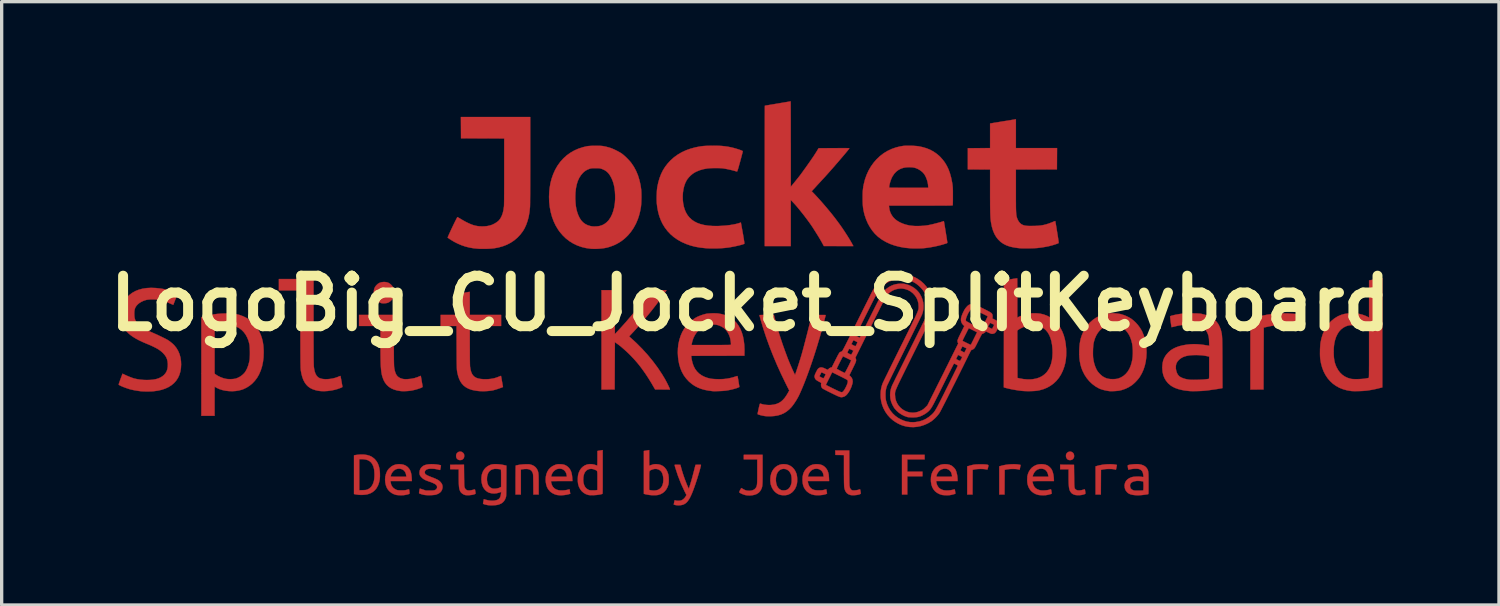
<source format=kicad_pcb>
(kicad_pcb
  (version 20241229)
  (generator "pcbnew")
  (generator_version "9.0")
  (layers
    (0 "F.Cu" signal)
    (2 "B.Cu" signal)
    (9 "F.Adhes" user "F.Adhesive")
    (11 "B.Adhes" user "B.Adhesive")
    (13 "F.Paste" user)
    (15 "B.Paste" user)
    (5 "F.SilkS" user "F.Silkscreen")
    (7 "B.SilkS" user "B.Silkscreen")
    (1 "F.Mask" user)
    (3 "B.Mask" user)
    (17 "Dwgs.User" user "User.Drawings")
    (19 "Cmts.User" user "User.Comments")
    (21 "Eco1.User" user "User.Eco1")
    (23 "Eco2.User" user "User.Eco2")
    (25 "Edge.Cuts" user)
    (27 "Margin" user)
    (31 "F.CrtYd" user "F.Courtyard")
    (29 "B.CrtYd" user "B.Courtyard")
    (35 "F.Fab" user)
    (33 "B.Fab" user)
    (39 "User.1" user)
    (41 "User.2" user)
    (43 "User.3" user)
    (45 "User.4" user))
  (footprint "LogoBig_CU_Jocket_SplitKeyboard"
    (layer "F.Cu")
    (at 19.565 6.094)
    (property "Reference" "LogoBig_CU_Jocket_SplitKeyboard" (at 0 0 0) (layer "F.SilkS") (effects (font (size 1.524 1.524) (thickness 0.3))))
    (attr through_hole)
    (fp_poly (pts (xy 5.254 4.703) (xy 4.732 4.703) (xy 4.732 5.073) (xy 5.189 5.073) (xy 5.189 5.211) (xy 4.732 5.211) (xy 4.732 5.762) (xy 4.572 5.762) (xy 4.572 4.565) (xy 5.254 4.565) (xy 5.254 4.703)) (stroke (width 0.01) (type solid)) (fill yes) (layer "F.Cu"))
    (fp_poly (pts (xy 9.668 4.471) (xy 9.707 4.488) (xy 9.736 4.515) (xy 9.754 4.551) (xy 9.761 4.596) (xy 9.761 4.6) (xy 9.756 4.641) (xy 9.739 4.675) (xy 9.709 4.704) (xy 9.703 4.708) (xy 9.674 4.72) (xy 9.638 4.725) (xy 9.603 4.721) (xy 9.575 4.711) (xy 9.545 4.684) (xy 9.525 4.65) (xy 9.515 4.61) (xy 9.516 4.567) (xy 9.521 4.548) (xy 9.539 4.516) (xy 9.567 4.49) (xy 9.601 4.473) (xy 9.639 4.467) (xy 9.668 4.471)) (stroke (width 0.01) (type solid)) (fill yes) (layer "F.Cu"))
    (fp_poly (pts (xy -8.716 4.47) (xy -8.683 4.485) (xy -8.654 4.508) (xy -8.633 4.536) (xy -8.628 4.548) (xy -8.623 4.578) (xy -8.623 4.612) (xy -8.629 4.644) (xy -8.639 4.669) (xy -8.641 4.672) (xy -8.67 4.702) (xy -8.705 4.719) (xy -8.745 4.724) (xy -8.776 4.722) (xy -8.8 4.714) (xy -8.81 4.708) (xy -8.841 4.682) (xy -8.859 4.652) (xy -8.867 4.614) (xy -8.867 4.613) (xy -8.866 4.568) (xy -8.854 4.532) (xy -8.83 4.502) (xy -8.828 4.5) (xy -8.792 4.477) (xy -8.754 4.467) (xy -8.716 4.47)) (stroke (width 0.01) (type solid)) (fill yes) (layer "F.Cu"))
    (fp_poly (pts (xy 8.041 4.852) (xy 8.11 4.862) (xy 8.132 4.867) (xy 8.148 4.871) (xy 8.133 4.941) (xy 8.127 4.971) (xy 8.122 4.994) (xy 8.119 5.009) (xy 8.118 5.012) (xy 8.111 5.011) (xy 8.094 5.008) (xy 8.07 5.002) (xy 8.035 4.996) (xy 7.989 4.992) (xy 7.936 4.991) (xy 7.881 4.991) (xy 7.826 4.993) (xy 7.776 4.998) (xy 7.734 5.004) (xy 7.729 5.005) (xy 7.667 5.018) (xy 7.665 5.39) (xy 7.663 5.762) (xy 7.504 5.762) (xy 7.504 4.914) (xy 7.552 4.899) (xy 7.626 4.88) (xy 7.707 4.865) (xy 7.793 4.854) (xy 7.879 4.849) (xy 7.963 4.848) (xy 8.041 4.852)) (stroke (width 0.01) (type solid)) (fill yes) (layer "F.Cu"))
    (fp_poly (pts (xy 10.944 4.852) (xy 11.013 4.862) (xy 11.035 4.867) (xy 11.05 4.871) (xy 11.036 4.941) (xy 11.03 4.971) (xy 11.025 4.994) (xy 11.022 5.009) (xy 11.021 5.012) (xy 11.014 5.011) (xy 10.997 5.008) (xy 10.973 5.002) (xy 10.938 4.996) (xy 10.892 4.992) (xy 10.839 4.991) (xy 10.784 4.991) (xy 10.729 4.993) (xy 10.679 4.998) (xy 10.637 5.004) (xy 10.632 5.005) (xy 10.57 5.018) (xy 10.568 5.39) (xy 10.566 5.762) (xy 10.407 5.762) (xy 10.407 4.914) (xy 10.455 4.899) (xy 10.529 4.88) (xy 10.61 4.865) (xy 10.696 4.854) (xy 10.782 4.849) (xy 10.866 4.848) (xy 10.944 4.852)) (stroke (width 0.01) (type solid)) (fill yes) (layer "F.Cu"))
    (fp_poly (pts (xy 7.013 4.852) (xy 7.071 4.854) (xy 7.116 4.858) (xy 7.148 4.864) (xy 7.168 4.871) (xy 7.176 4.879) (xy 7.177 4.883) (xy 7.175 4.899) (xy 7.171 4.922) (xy 7.165 4.948) (xy 7.158 4.973) (xy 7.152 4.994) (xy 7.148 5.007) (xy 7.146 5.008) (xy 7.137 5.007) (xy 7.117 5.004) (xy 7.092 5) (xy 7.088 4.999) (xy 7.048 4.994) (xy 6.997 4.991) (xy 6.941 4.99) (xy 6.884 4.992) (xy 6.831 4.995) (xy 6.784 5.001) (xy 6.76 5.005) (xy 6.702 5.018) (xy 6.7 5.39) (xy 6.698 5.762) (xy 6.539 5.762) (xy 6.539 4.914) (xy 6.599 4.896) (xy 6.65 4.881) (xy 6.696 4.87) (xy 6.741 4.862) (xy 6.787 4.856) (xy 6.839 4.853) (xy 6.899 4.852) (xy 6.941 4.852) (xy 7.013 4.852)) (stroke (width 0.01) (type solid)) (fill yes) (layer "F.Cu"))
    (fp_poly (pts (xy -11.023 -0.645) (xy -10.965 -0.638) (xy -10.915 -0.623) (xy -10.87 -0.598) (xy -10.827 -0.561) (xy -10.815 -0.548) (xy -10.786 -0.515) (xy -10.765 -0.484) (xy -10.751 -0.452) (xy -10.742 -0.415) (xy -10.738 -0.37) (xy -10.737 -0.323) (xy -10.738 -0.269) (xy -10.743 -0.225) (xy -10.752 -0.189) (xy -10.767 -0.158) (xy -10.789 -0.128) (xy -10.819 -0.095) (xy -10.823 -0.09) (xy -10.861 -0.055) (xy -10.898 -0.031) (xy -10.936 -0.015) (xy -10.982 -0.006) (xy -11.031 -0.002) (xy -11.07 -0.002) (xy -11.1 -0.004) (xy -11.125 -0.009) (xy -11.136 -0.013) (xy -11.2 -0.042) (xy -11.253 -0.081) (xy -11.295 -0.129) (xy -11.325 -0.186) (xy -11.344 -0.25) (xy -11.35 -0.322) (xy -11.35 -0.323) (xy -11.346 -0.388) (xy -11.334 -0.443) (xy -11.312 -0.491) (xy -11.28 -0.536) (xy -11.276 -0.541) (xy -11.229 -0.586) (xy -11.177 -0.618) (xy -11.119 -0.637) (xy -11.053 -0.645) (xy -11.023 -0.645)) (stroke (width 0.01) (type solid)) (fill yes) (layer "F.Cu"))
    (fp_poly (pts (xy 16.2 0.302) (xy 16.403 0.318) (xy 16.45 0.323) (xy 16.488 0.328) (xy 16.528 0.335) (xy 16.568 0.341) (xy 16.605 0.348) (xy 16.636 0.354) (xy 16.659 0.359) (xy 16.671 0.363) (xy 16.673 0.364) (xy 16.672 0.371) (xy 16.669 0.39) (xy 16.663 0.419) (xy 16.656 0.455) (xy 16.648 0.496) (xy 16.64 0.539) (xy 16.631 0.582) (xy 16.623 0.623) (xy 16.615 0.659) (xy 16.609 0.688) (xy 16.604 0.708) (xy 16.602 0.716) (xy 16.602 0.716) (xy 16.595 0.715) (xy 16.577 0.711) (xy 16.552 0.705) (xy 16.546 0.704) (xy 16.464 0.685) (xy 16.38 0.671) (xy 16.291 0.661) (xy 16.194 0.656) (xy 16.087 0.654) (xy 16.021 0.655) (xy 15.932 0.658) (xy 15.853 0.663) (xy 15.78 0.67) (xy 15.708 0.68) (xy 15.634 0.694) (xy 15.563 0.71) (xy 15.476 0.729) (xy 15.472 1.662) (xy 15.469 2.594) (xy 15.073 2.598) (xy 15.073 0.467) (xy 15.173 0.437) (xy 15.381 0.382) (xy 15.588 0.34) (xy 15.793 0.313) (xy 15.997 0.301) (xy 16.2 0.302)) (stroke (width 0.01) (type solid)) (fill yes) (layer "F.Cu"))
    (fp_poly (pts (xy 9.757 4.866) (xy 9.761 5.203) (xy 9.762 5.286) (xy 9.763 5.355) (xy 9.764 5.412) (xy 9.765 5.458) (xy 9.767 5.496) (xy 9.769 5.525) (xy 9.772 5.547) (xy 9.776 5.564) (xy 9.781 5.578) (xy 9.787 5.588) (xy 9.794 5.597) (xy 9.803 5.605) (xy 9.806 5.607) (xy 9.837 5.628) (xy 9.878 5.638) (xy 9.929 5.638) (xy 9.99 5.629) (xy 10.061 5.609) (xy 10.073 5.605) (xy 10.08 5.606) (xy 10.085 5.614) (xy 10.089 5.632) (xy 10.093 5.658) (xy 10.098 5.693) (xy 10.101 5.716) (xy 10.1 5.73) (xy 10.096 5.738) (xy 10.089 5.744) (xy 10.083 5.747) (xy 10.034 5.764) (xy 9.977 5.776) (xy 9.917 5.782) (xy 9.858 5.782) (xy 9.803 5.776) (xy 9.768 5.767) (xy 9.725 5.749) (xy 9.691 5.727) (xy 9.664 5.696) (xy 9.654 5.682) (xy 9.64 5.66) (xy 9.628 5.635) (xy 9.619 5.607) (xy 9.611 5.574) (xy 9.605 5.535) (xy 9.601 5.488) (xy 9.597 5.432) (xy 9.595 5.365) (xy 9.594 5.287) (xy 9.594 5.216) (xy 9.594 5) (xy 9.34 5) (xy 9.34 4.862) (xy 9.757 4.866)) (stroke (width 0.01) (type solid)) (fill yes) (layer "F.Cu"))
    (fp_poly (pts (xy -8.627 5.187) (xy -8.626 5.266) (xy -8.625 5.333) (xy -8.624 5.387) (xy -8.623 5.431) (xy -8.622 5.466) (xy -8.621 5.493) (xy -8.619 5.514) (xy -8.616 5.53) (xy -8.614 5.542) (xy -8.612 5.548) (xy -8.593 5.587) (xy -8.566 5.616) (xy -8.539 5.631) (xy -8.509 5.638) (xy -8.469 5.639) (xy -8.425 5.635) (xy -8.38 5.626) (xy -8.362 5.621) (xy -8.336 5.613) (xy -8.315 5.609) (xy -8.303 5.608) (xy -8.302 5.608) (xy -8.298 5.617) (xy -8.294 5.636) (xy -8.29 5.661) (xy -8.285 5.687) (xy -8.282 5.711) (xy -8.28 5.727) (xy -8.28 5.728) (xy -8.287 5.739) (xy -8.306 5.75) (xy -8.335 5.76) (xy -8.371 5.769) (xy -8.412 5.775) (xy -8.456 5.78) (xy -8.501 5.783) (xy -8.543 5.782) (xy -8.58 5.779) (xy -8.597 5.776) (xy -8.638 5.761) (xy -8.679 5.736) (xy -8.713 5.706) (xy -8.729 5.687) (xy -8.743 5.664) (xy -8.754 5.639) (xy -8.764 5.611) (xy -8.772 5.578) (xy -8.778 5.54) (xy -8.782 5.494) (xy -8.785 5.439) (xy -8.787 5.373) (xy -8.788 5.296) (xy -8.788 5.227) (xy -8.788 5.001) (xy -9.046 4.997) (xy -9.046 4.866) (xy -8.838 4.864) (xy -8.63 4.862) (xy -8.627 5.187)) (stroke (width 0.01) (type solid)) (fill yes) (layer "F.Cu"))
    (fp_poly (pts (xy 2.983 4.94) (xy 2.983 5.026) (xy 2.983 5.109) (xy 2.984 5.188) (xy 2.985 5.261) (xy 2.985 5.326) (xy 2.986 5.384) (xy 2.987 5.431) (xy 2.988 5.468) (xy 2.989 5.492) (xy 2.99 5.5) (xy 3.001 5.552) (xy 3.02 5.592) (xy 3.045 5.62) (xy 3.055 5.626) (xy 3.07 5.633) (xy 3.086 5.636) (xy 3.107 5.638) (xy 3.138 5.637) (xy 3.15 5.636) (xy 3.203 5.631) (xy 3.248 5.622) (xy 3.261 5.618) (xy 3.284 5.61) (xy 3.301 5.606) (xy 3.308 5.606) (xy 3.311 5.614) (xy 3.315 5.633) (xy 3.32 5.657) (xy 3.325 5.683) (xy 3.328 5.707) (xy 3.33 5.724) (xy 3.331 5.727) (xy 3.324 5.738) (xy 3.306 5.75) (xy 3.277 5.76) (xy 3.241 5.769) (xy 3.201 5.776) (xy 3.157 5.78) (xy 3.113 5.783) (xy 3.071 5.782) (xy 3.034 5.779) (xy 3.012 5.774) (xy 2.959 5.754) (xy 2.915 5.724) (xy 2.881 5.684) (xy 2.855 5.633) (xy 2.837 5.57) (xy 2.831 5.529) (xy 2.829 5.509) (xy 2.828 5.476) (xy 2.826 5.43) (xy 2.825 5.373) (xy 2.824 5.306) (xy 2.824 5.231) (xy 2.823 5.147) (xy 2.823 5.056) (xy 2.823 5.02) (xy 2.823 4.572) (xy 2.694 4.57) (xy 2.565 4.568) (xy 2.563 4.501) (xy 2.561 4.434) (xy 2.983 4.434) (xy 2.983 4.94)) (stroke (width 0.01) (type solid)) (fill yes) (layer "F.Cu"))
    (fp_poly (pts (xy -6.686 4.849) (xy -6.653 4.852) (xy -6.643 4.854) (xy -6.574 4.874) (xy -6.515 4.905) (xy -6.468 4.944) (xy -6.432 4.993) (xy -6.423 5.01) (xy -6.413 5.031) (xy -6.404 5.051) (xy -6.398 5.072) (xy -6.392 5.095) (xy -6.388 5.122) (xy -6.385 5.154) (xy -6.382 5.193) (xy -6.381 5.24) (xy -6.38 5.297) (xy -6.379 5.365) (xy -6.379 5.446) (xy -6.379 5.459) (xy -6.379 5.762) (xy -6.538 5.762) (xy -6.54 5.459) (xy -6.541 5.383) (xy -6.542 5.319) (xy -6.543 5.267) (xy -6.544 5.226) (xy -6.545 5.193) (xy -6.547 5.168) (xy -6.549 5.149) (xy -6.551 5.134) (xy -6.554 5.123) (xy -6.555 5.121) (xy -6.575 5.075) (xy -6.602 5.04) (xy -6.637 5.015) (xy -6.68 4.998) (xy -6.733 4.991) (xy -6.798 4.992) (xy -6.814 4.993) (xy -6.846 4.997) (xy -6.874 5) (xy -6.894 5.003) (xy -6.9 5.004) (xy -6.916 5.008) (xy -6.916 5.762) (xy -7.076 5.762) (xy -7.076 5.327) (xy -7.076 5.249) (xy -7.075 5.175) (xy -7.075 5.107) (xy -7.074 5.046) (xy -7.074 4.993) (xy -7.073 4.95) (xy -7.072 4.917) (xy -7.071 4.896) (xy -7.07 4.888) (xy -7.06 4.886) (xy -7.04 4.881) (xy -7.012 4.875) (xy -6.981 4.869) (xy -6.936 4.862) (xy -6.886 4.857) (xy -6.833 4.852) (xy -6.779 4.85) (xy -6.729 4.849) (xy -6.686 4.849)) (stroke (width 0.01) (type solid)) (fill yes) (layer "F.Cu"))
    (fp_poly (pts (xy -11.655 4.557) (xy -11.633 4.559) (xy -11.545 4.572) (xy -11.465 4.597) (xy -11.394 4.634) (xy -11.333 4.682) (xy -11.311 4.704) (xy -11.263 4.763) (xy -11.226 4.828) (xy -11.198 4.902) (xy -11.178 4.984) (xy -11.166 5.077) (xy -11.164 5.124) (xy -11.163 5.221) (xy -11.171 5.308) (xy -11.187 5.388) (xy -11.211 5.463) (xy -11.227 5.5) (xy -11.267 5.571) (xy -11.316 5.631) (xy -11.373 5.68) (xy -11.439 5.719) (xy -11.517 5.748) (xy -11.539 5.754) (xy -11.586 5.763) (xy -11.642 5.769) (xy -11.702 5.773) (xy -11.76 5.772) (xy -11.803 5.77) (xy -11.838 5.765) (xy -11.874 5.76) (xy -11.903 5.755) (xy -11.945 5.746) (xy -11.945 4.695) (xy -11.786 4.695) (xy -11.786 5.633) (xy -11.682 5.63) (xy -11.637 5.628) (xy -11.603 5.626) (xy -11.577 5.622) (xy -11.556 5.617) (xy -11.537 5.61) (xy -11.485 5.582) (xy -11.439 5.542) (xy -11.4 5.49) (xy -11.369 5.428) (xy -11.346 5.357) (xy -11.342 5.339) (xy -11.334 5.284) (xy -11.329 5.22) (xy -11.328 5.152) (xy -11.331 5.084) (xy -11.336 5.023) (xy -11.342 4.988) (xy -11.363 4.912) (xy -11.392 4.849) (xy -11.429 4.796) (xy -11.476 4.755) (xy -11.531 4.725) (xy -11.597 4.706) (xy -11.672 4.696) (xy -11.707 4.695) (xy -11.786 4.695) (xy -11.945 4.695) (xy -11.945 4.581) (xy -11.9 4.572) (xy -11.845 4.564) (xy -11.782 4.558) (xy -11.717 4.556) (xy -11.655 4.557)) (stroke (width 0.01) (type solid)) (fill yes) (layer "F.Cu"))
    (fp_poly (pts (xy 0.37 5.011) (xy 0.37 5.109) (xy 0.37 5.194) (xy 0.37 5.267) (xy 0.369 5.329) (xy 0.368 5.381) (xy 0.366 5.425) (xy 0.364 5.461) (xy 0.361 5.491) (xy 0.357 5.517) (xy 0.353 5.538) (xy 0.347 5.558) (xy 0.341 5.575) (xy 0.333 5.593) (xy 0.324 5.612) (xy 0.323 5.615) (xy 0.29 5.667) (xy 0.249 5.709) (xy 0.196 5.743) (xy 0.184 5.749) (xy 0.125 5.77) (xy 0.058 5.784) (xy -0.014 5.79) (xy -0.087 5.787) (xy -0.134 5.781) (xy -0.168 5.773) (xy -0.204 5.761) (xy -0.24 5.747) (xy -0.274 5.732) (xy -0.302 5.717) (xy -0.323 5.703) (xy -0.333 5.692) (xy -0.334 5.689) (xy -0.331 5.68) (xy -0.323 5.661) (xy -0.312 5.638) (xy -0.299 5.614) (xy -0.287 5.591) (xy -0.277 5.574) (xy -0.272 5.566) (xy -0.271 5.566) (xy -0.263 5.57) (xy -0.247 5.579) (xy -0.225 5.592) (xy -0.186 5.614) (xy -0.153 5.629) (xy -0.121 5.639) (xy -0.084 5.646) (xy -0.082 5.646) (xy -0.02 5.649) (xy 0.037 5.642) (xy 0.088 5.626) (xy 0.131 5.6) (xy 0.164 5.565) (xy 0.165 5.564) (xy 0.174 5.549) (xy 0.182 5.534) (xy 0.189 5.518) (xy 0.195 5.5) (xy 0.199 5.477) (xy 0.203 5.45) (xy 0.206 5.416) (xy 0.208 5.375) (xy 0.209 5.325) (xy 0.21 5.265) (xy 0.21 5.194) (xy 0.21 5.109) (xy 0.21 5.066) (xy 0.21 4.703) (xy -0.196 4.703) (xy -0.196 4.565) (xy 0.37 4.565) (xy 0.37 5.011)) (stroke (width 0.01) (type solid)) (fill yes) (layer "F.Cu"))
    (fp_poly (pts (xy -4.084 0.263) (xy -4.082 0.926) (xy -3.979 0.817) (xy -3.868 0.696) (xy -3.751 0.565) (xy -3.631 0.425) (xy -3.508 0.279) (xy -3.386 0.128) (xy -3.265 -0.025) (xy -3.147 -0.179) (xy -3.108 -0.23) (xy -2.982 -0.399) (xy -2.754 -0.399) (xy -2.698 -0.399) (xy -2.647 -0.399) (xy -2.603 -0.398) (xy -2.567 -0.398) (xy -2.541 -0.397) (xy -2.527 -0.396) (xy -2.525 -0.396) (xy -2.53 -0.389) (xy -2.541 -0.372) (xy -2.558 -0.346) (xy -2.58 -0.314) (xy -2.605 -0.278) (xy -2.633 -0.239) (xy -2.661 -0.198) (xy -2.69 -0.159) (xy -2.709 -0.132) (xy -2.792 -0.02) (xy -2.883 0.1) (xy -2.981 0.224) (xy -3.084 0.35) (xy -3.188 0.476) (xy -3.294 0.6) (xy -3.397 0.718) (xy -3.497 0.83) (xy -3.591 0.931) (xy -3.595 0.935) (xy -3.653 0.996) (xy -3.628 1.018) (xy -3.438 1.191) (xy -3.259 1.371) (xy -3.091 1.556) (xy -2.935 1.746) (xy -2.791 1.939) (xy -2.661 2.135) (xy -2.571 2.284) (xy -2.551 2.322) (xy -2.528 2.364) (xy -2.505 2.408) (xy -2.483 2.453) (xy -2.463 2.494) (xy -2.447 2.53) (xy -2.434 2.559) (xy -2.427 2.578) (xy -2.427 2.579) (xy -2.422 2.598) (xy -2.646 2.596) (xy -2.869 2.594) (xy -2.894 2.551) (xy -2.978 2.406) (xy -3.06 2.273) (xy -3.139 2.151) (xy -3.218 2.037) (xy -3.297 1.929) (xy -3.378 1.826) (xy -3.431 1.763) (xy -3.512 1.672) (xy -3.599 1.58) (xy -3.689 1.491) (xy -3.78 1.407) (xy -3.87 1.328) (xy -3.956 1.258) (xy -4.028 1.206) (xy -4.082 1.167) (xy -4.089 2.594) (xy -4.485 2.598) (xy -4.485 -0.399) (xy -4.086 -0.399) (xy -4.084 0.263)) (stroke (width 0.01) (type solid)) (fill yes) (layer "F.Cu"))
    (fp_poly (pts (xy 1.084 4.852) (xy 1.154 4.872) (xy 1.218 4.904) (xy 1.275 4.948) (xy 1.324 5.003) (xy 1.363 5.067) (xy 1.393 5.14) (xy 1.397 5.156) (xy 1.406 5.2) (xy 1.412 5.253) (xy 1.414 5.31) (xy 1.413 5.367) (xy 1.408 5.417) (xy 1.405 5.436) (xy 1.383 5.513) (xy 1.351 5.583) (xy 1.309 5.644) (xy 1.259 5.696) (xy 1.201 5.737) (xy 1.137 5.766) (xy 1.114 5.773) (xy 1.07 5.78) (xy 1.019 5.783) (xy 0.966 5.781) (xy 0.918 5.775) (xy 0.895 5.77) (xy 0.832 5.745) (xy 0.774 5.707) (xy 0.723 5.659) (xy 0.678 5.601) (xy 0.644 5.535) (xy 0.62 5.468) (xy 0.61 5.415) (xy 0.605 5.354) (xy 0.605 5.346) (xy 0.771 5.346) (xy 0.771 5.351) (xy 0.781 5.426) (xy 0.8 5.49) (xy 0.828 5.544) (xy 0.864 5.586) (xy 0.909 5.618) (xy 0.934 5.629) (xy 0.965 5.636) (xy 1.004 5.637) (xy 1.046 5.635) (xy 1.083 5.627) (xy 1.108 5.618) (xy 1.154 5.587) (xy 1.191 5.543) (xy 1.22 5.488) (xy 1.238 5.43) (xy 1.245 5.39) (xy 1.247 5.341) (xy 1.247 5.288) (xy 1.243 5.237) (xy 1.236 5.19) (xy 1.227 5.156) (xy 1.201 5.1) (xy 1.165 5.054) (xy 1.122 5.02) (xy 1.072 4.997) (xy 1.054 4.992) (xy 0.998 4.987) (xy 0.946 4.995) (xy 0.9 5.015) (xy 0.86 5.047) (xy 0.826 5.089) (xy 0.8 5.141) (xy 0.781 5.202) (xy 0.772 5.27) (xy 0.771 5.346) (xy 0.605 5.346) (xy 0.604 5.29) (xy 0.609 5.229) (xy 0.613 5.203) (xy 0.632 5.125) (xy 0.663 5.054) (xy 0.704 4.992) (xy 0.753 4.94) (xy 0.81 4.899) (xy 0.875 4.868) (xy 0.945 4.85) (xy 1.009 4.846) (xy 1.084 4.852)) (stroke (width 0.01) (type solid)) (fill yes) (layer "F.Cu"))
    (fp_poly (pts (xy 2.067 4.85) (xy 2.128 4.863) (xy 2.181 4.884) (xy 2.229 4.916) (xy 2.259 4.943) (xy 2.297 4.988) (xy 2.327 5.038) (xy 2.348 5.097) (xy 2.363 5.164) (xy 2.37 5.243) (xy 2.371 5.26) (xy 2.375 5.356) (xy 1.733 5.356) (xy 1.737 5.393) (xy 1.752 5.454) (xy 1.776 5.508) (xy 1.81 5.554) (xy 1.849 5.588) (xy 1.878 5.605) (xy 1.908 5.618) (xy 1.94 5.627) (xy 1.979 5.632) (xy 2.027 5.635) (xy 2.072 5.635) (xy 2.117 5.635) (xy 2.152 5.634) (xy 2.179 5.631) (xy 2.202 5.627) (xy 2.225 5.621) (xy 2.234 5.618) (xy 2.26 5.611) (xy 2.279 5.606) (xy 2.29 5.604) (xy 2.29 5.604) (xy 2.292 5.612) (xy 2.296 5.631) (xy 2.301 5.657) (xy 2.303 5.671) (xy 2.313 5.735) (xy 2.287 5.746) (xy 2.242 5.76) (xy 2.186 5.772) (xy 2.124 5.779) (xy 2.06 5.783) (xy 1.996 5.782) (xy 1.938 5.778) (xy 1.905 5.772) (xy 1.833 5.75) (xy 1.766 5.715) (xy 1.707 5.669) (xy 1.698 5.661) (xy 1.653 5.608) (xy 1.619 5.551) (xy 1.594 5.488) (xy 1.579 5.417) (xy 1.573 5.336) (xy 1.573 5.319) (xy 1.577 5.234) (xy 1.579 5.225) (xy 1.736 5.225) (xy 2.214 5.225) (xy 2.21 5.209) (xy 2.207 5.191) (xy 2.204 5.168) (xy 2.203 5.161) (xy 2.189 5.11) (xy 2.164 5.066) (xy 2.13 5.031) (xy 2.089 5.004) (xy 2.041 4.988) (xy 1.99 4.983) (xy 1.937 4.989) (xy 1.883 5.007) (xy 1.882 5.008) (xy 1.84 5.036) (xy 1.802 5.075) (xy 1.771 5.122) (xy 1.748 5.174) (xy 1.743 5.195) (xy 1.736 5.225) (xy 1.579 5.225) (xy 1.59 5.159) (xy 1.613 5.093) (xy 1.646 5.033) (xy 1.69 4.979) (xy 1.701 4.967) (xy 1.758 4.919) (xy 1.817 4.883) (xy 1.88 4.86) (xy 1.951 4.849) (xy 1.996 4.847) (xy 2.067 4.85)) (stroke (width 0.01) (type solid)) (fill yes) (layer "F.Cu"))
    (fp_poly (pts (xy -10.746 1.116) (xy -10.745 1.24) (xy -10.745 1.351) (xy -10.744 1.449) (xy -10.744 1.535) (xy -10.743 1.61) (xy -10.743 1.675) (xy -10.742 1.731) (xy -10.741 1.778) (xy -10.74 1.818) (xy -10.739 1.852) (xy -10.738 1.879) (xy -10.737 1.902) (xy -10.735 1.921) (xy -10.734 1.937) (xy -10.732 1.951) (xy -10.731 1.956) (xy -10.715 2.034) (xy -10.694 2.099) (xy -10.668 2.153) (xy -10.635 2.196) (xy -10.595 2.229) (xy -10.547 2.255) (xy -10.49 2.274) (xy -10.481 2.276) (xy -10.454 2.281) (xy -10.423 2.284) (xy -10.386 2.285) (xy -10.339 2.284) (xy -10.334 2.284) (xy -10.225 2.274) (xy -10.124 2.254) (xy -10.027 2.223) (xy -9.984 2.204) (xy -9.96 2.194) (xy -9.942 2.187) (xy -9.933 2.185) (xy -9.933 2.185) (xy -9.931 2.193) (xy -9.927 2.212) (xy -9.922 2.241) (xy -9.916 2.277) (xy -9.909 2.317) (xy -9.902 2.359) (xy -9.895 2.401) (xy -9.888 2.44) (xy -9.883 2.473) (xy -9.879 2.498) (xy -9.877 2.513) (xy -9.877 2.515) (xy -9.884 2.524) (xy -9.903 2.536) (xy -9.933 2.549) (xy -9.971 2.563) (xy -10.015 2.578) (xy -10.065 2.593) (xy -10.117 2.607) (xy -10.17 2.619) (xy -10.207 2.627) (xy -10.26 2.635) (xy -10.322 2.641) (xy -10.387 2.645) (xy -10.451 2.646) (xy -10.509 2.645) (xy -10.545 2.642) (xy -10.648 2.624) (xy -10.741 2.597) (xy -10.824 2.56) (xy -10.896 2.513) (xy -10.958 2.456) (xy -11.01 2.389) (xy -11.053 2.31) (xy -11.086 2.221) (xy -11.097 2.184) (xy -11.105 2.151) (xy -11.112 2.115) (xy -11.118 2.078) (xy -11.124 2.038) (xy -11.129 1.993) (xy -11.133 1.943) (xy -11.137 1.887) (xy -11.14 1.824) (xy -11.142 1.752) (xy -11.144 1.671) (xy -11.145 1.58) (xy -11.146 1.478) (xy -11.147 1.364) (xy -11.147 1.237) (xy -11.147 1.188) (xy -11.147 0.682) (xy -11.793 0.682) (xy -11.793 0.348) (xy -10.749 0.348) (xy -10.746 1.116)) (stroke (width 0.01) (type solid)) (fill yes) (layer "F.Cu"))
    (fp_poly (pts (xy -1.511 4.863) (xy -1.497 4.865) (xy -1.49 4.868) (xy -1.488 4.873) (xy -1.488 4.875) (xy -1.49 4.891) (xy -1.496 4.918) (xy -1.506 4.956) (xy -1.518 5.003) (xy -1.533 5.056) (xy -1.55 5.115) (xy -1.569 5.177) (xy -1.588 5.24) (xy -1.608 5.304) (xy -1.628 5.365) (xy -1.647 5.424) (xy -1.65 5.433) (xy -1.689 5.544) (xy -1.725 5.642) (xy -1.759 5.728) (xy -1.792 5.801) (xy -1.823 5.864) (xy -1.855 5.917) (xy -1.886 5.962) (xy -1.918 5.998) (xy -1.952 6.027) (xy -1.987 6.049) (xy -2.024 6.066) (xy -2.029 6.068) (xy -2.069 6.078) (xy -2.117 6.085) (xy -2.169 6.087) (xy -2.218 6.084) (xy -2.26 6.078) (xy -2.283 6.071) (xy -2.3 6.066) (xy -2.306 6.064) (xy -2.306 6.058) (xy -2.303 6.042) (xy -2.298 6.015) (xy -2.289 5.976) (xy -2.282 5.945) (xy -2.278 5.934) (xy -2.269 5.934) (xy -2.263 5.937) (xy -2.241 5.944) (xy -2.21 5.948) (xy -2.173 5.95) (xy -2.136 5.948) (xy -2.102 5.944) (xy -2.087 5.94) (xy -2.046 5.922) (xy -2.006 5.891) (xy -1.97 5.852) (xy -1.947 5.816) (xy -1.925 5.775) (xy -1.982 5.662) (xy -2.087 5.434) (xy -2.179 5.201) (xy -2.256 4.966) (xy -2.26 4.954) (xy -2.271 4.916) (xy -2.277 4.889) (xy -2.279 4.873) (xy -2.277 4.866) (xy -2.276 4.865) (xy -2.265 4.864) (xy -2.244 4.863) (xy -2.214 4.863) (xy -2.188 4.864) (xy -2.108 4.866) (xy -2.082 4.964) (xy -2.062 5.035) (xy -2.038 5.113) (xy -2.011 5.195) (xy -1.983 5.277) (xy -1.953 5.357) (xy -1.924 5.431) (xy -1.897 5.496) (xy -1.885 5.522) (xy -1.854 5.59) (xy -1.812 5.46) (xy -1.796 5.407) (xy -1.779 5.352) (xy -1.762 5.292) (xy -1.744 5.227) (xy -1.725 5.154) (xy -1.703 5.071) (xy -1.679 4.976) (xy -1.679 4.975) (xy -1.651 4.866) (xy -1.569 4.864) (xy -1.534 4.863) (xy -1.511 4.863)) (stroke (width 0.01) (type solid)) (fill yes) (layer "F.Cu"))
    (fp_poly (pts (xy -13.164 0.539) (xy -13.164 0.715) (xy -13.164 0.88) (xy -13.164 1.034) (xy -13.164 1.177) (xy -13.163 1.307) (xy -13.163 1.426) (xy -13.162 1.531) (xy -13.162 1.625) (xy -13.161 1.705) (xy -13.16 1.772) (xy -13.159 1.825) (xy -13.158 1.864) (xy -13.157 1.89) (xy -13.157 1.896) (xy -13.145 1.986) (xy -13.127 2.062) (xy -13.103 2.127) (xy -13.072 2.18) (xy -13.034 2.221) (xy -12.99 2.25) (xy -12.941 2.268) (xy -12.882 2.28) (xy -12.814 2.285) (xy -12.741 2.284) (xy -12.664 2.277) (xy -12.586 2.264) (xy -12.51 2.245) (xy -12.437 2.22) (xy -12.403 2.205) (xy -12.38 2.196) (xy -12.362 2.189) (xy -12.353 2.188) (xy -12.353 2.188) (xy -12.351 2.195) (xy -12.347 2.215) (xy -12.342 2.243) (xy -12.335 2.279) (xy -12.328 2.319) (xy -12.32 2.361) (xy -12.313 2.403) (xy -12.306 2.442) (xy -12.3 2.475) (xy -12.296 2.501) (xy -12.294 2.516) (xy -12.294 2.519) (xy -12.3 2.524) (xy -12.316 2.533) (xy -12.34 2.544) (xy -12.353 2.549) (xy -12.438 2.58) (xy -12.531 2.606) (xy -12.631 2.626) (xy -12.732 2.64) (xy -12.831 2.646) (xy -12.924 2.645) (xy -12.972 2.641) (xy -13.007 2.636) (xy -13.048 2.629) (xy -13.089 2.62) (xy -13.101 2.617) (xy -13.184 2.59) (xy -13.259 2.554) (xy -13.324 2.509) (xy -13.381 2.453) (xy -13.429 2.387) (xy -13.47 2.31) (xy -13.503 2.221) (xy -13.53 2.119) (xy -13.547 2.025) (xy -13.548 2.013) (xy -13.55 1.999) (xy -13.551 1.984) (xy -13.552 1.965) (xy -13.554 1.943) (xy -13.555 1.917) (xy -13.555 1.886) (xy -13.556 1.849) (xy -13.557 1.806) (xy -13.558 1.756) (xy -13.558 1.698) (xy -13.559 1.632) (xy -13.559 1.557) (xy -13.56 1.471) (xy -13.56 1.375) (xy -13.56 1.268) (xy -13.561 1.149) (xy -13.561 1.017) (xy -13.561 0.872) (xy -13.562 0.775) (xy -13.564 -0.392) (xy -14.209 -0.392) (xy -14.209 -0.733) (xy -13.164 -0.733) (xy -13.164 0.539)) (stroke (width 0.01) (type solid)) (fill yes) (layer "F.Cu"))
    (fp_poly (pts (xy -5.671 4.851) (xy -5.611 4.863) (xy -5.559 4.885) (xy -5.511 4.917) (xy -5.473 4.952) (xy -5.438 4.997) (xy -5.41 5.048) (xy -5.389 5.109) (xy -5.375 5.179) (xy -5.366 5.262) (xy -5.366 5.272) (xy -5.361 5.356) (xy -5.685 5.356) (xy -5.752 5.356) (xy -5.814 5.356) (xy -5.87 5.357) (xy -5.919 5.357) (xy -5.959 5.358) (xy -5.988 5.359) (xy -6.005 5.36) (xy -6.009 5.361) (xy -6.007 5.371) (xy -6.004 5.39) (xy -5.998 5.415) (xy -5.979 5.478) (xy -5.949 5.531) (xy -5.909 5.573) (xy -5.859 5.606) (xy -5.798 5.627) (xy -5.778 5.632) (xy -5.74 5.637) (xy -5.692 5.638) (xy -5.64 5.637) (xy -5.587 5.633) (xy -5.54 5.626) (xy -5.505 5.618) (xy -5.479 5.611) (xy -5.46 5.607) (xy -5.45 5.606) (xy -5.45 5.606) (xy -5.446 5.615) (xy -5.442 5.633) (xy -5.44 5.648) (xy -5.437 5.676) (xy -5.433 5.702) (xy -5.431 5.712) (xy -5.427 5.738) (xy -5.466 5.75) (xy -5.53 5.766) (xy -5.602 5.777) (xy -5.675 5.783) (xy -5.747 5.783) (xy -5.811 5.777) (xy -5.835 5.773) (xy -5.898 5.753) (xy -5.961 5.722) (xy -6.017 5.684) (xy -6.044 5.659) (xy -6.092 5.602) (xy -6.128 5.535) (xy -6.152 5.46) (xy -6.166 5.376) (xy -6.169 5.312) (xy -6.163 5.225) (xy -6.003 5.225) (xy -5.528 5.225) (xy -5.533 5.183) (xy -5.546 5.128) (xy -5.569 5.079) (xy -5.603 5.037) (xy -5.644 5.006) (xy -5.66 4.998) (xy -5.704 4.985) (xy -5.754 4.982) (xy -5.805 4.989) (xy -5.847 5.003) (xy -5.895 5.033) (xy -5.937 5.073) (xy -5.97 5.121) (xy -5.992 5.175) (xy -5.998 5.199) (xy -6.003 5.225) (xy -6.163 5.225) (xy -6.163 5.224) (xy -6.145 5.144) (xy -6.116 5.071) (xy -6.077 5.007) (xy -6.026 4.953) (xy -5.966 4.908) (xy -5.896 4.874) (xy -5.88 4.868) (xy -5.849 4.858) (xy -5.822 4.851) (xy -5.795 4.848) (xy -5.761 4.847) (xy -5.741 4.847) (xy -5.671 4.851)) (stroke (width 0.01) (type solid)) (fill yes) (layer "F.Cu"))
    (fp_poly (pts (xy -3.048 4.657) (xy -3.048 4.713) (xy -3.048 4.765) (xy -3.047 4.81) (xy -3.047 4.847) (xy -3.046 4.874) (xy -3.045 4.889) (xy -3.045 4.891) (xy -3.037 4.889) (xy -3.019 4.883) (xy -2.993 4.875) (xy -2.974 4.869) (xy -2.937 4.857) (xy -2.906 4.85) (xy -2.875 4.847) (xy -2.838 4.846) (xy -2.763 4.853) (xy -2.695 4.872) (xy -2.635 4.903) (xy -2.583 4.946) (xy -2.538 5.002) (xy -2.502 5.069) (xy -2.474 5.147) (xy -2.473 5.15) (xy -2.465 5.192) (xy -2.459 5.243) (xy -2.457 5.299) (xy -2.457 5.355) (xy -2.46 5.407) (xy -2.467 5.451) (xy -2.47 5.465) (xy -2.498 5.543) (xy -2.536 5.611) (xy -2.583 5.668) (xy -2.64 5.715) (xy -2.704 5.75) (xy -2.773 5.773) (xy -2.812 5.779) (xy -2.861 5.782) (xy -2.917 5.783) (xy -2.974 5.781) (xy -3.03 5.776) (xy -3.073 5.77) (xy -3.108 5.763) (xy -3.141 5.757) (xy -3.167 5.751) (xy -3.177 5.748) (xy -3.208 5.74) (xy -3.208 5.21) (xy -3.048 5.21) (xy -3.048 5.269) (xy -3.048 5.342) (xy -3.048 5.623) (xy -3.01 5.631) (xy -2.969 5.637) (xy -2.929 5.641) (xy -2.895 5.642) (xy -2.888 5.641) (xy -2.87 5.639) (xy -2.845 5.636) (xy -2.837 5.635) (xy -2.784 5.622) (xy -2.736 5.595) (xy -2.694 5.558) (xy -2.662 5.512) (xy -2.659 5.507) (xy -2.639 5.455) (xy -2.626 5.395) (xy -2.62 5.331) (xy -2.622 5.266) (xy -2.631 5.203) (xy -2.646 5.145) (xy -2.668 5.095) (xy -2.686 5.068) (xy -2.724 5.031) (xy -2.77 5.005) (xy -2.822 4.991) (xy -2.877 4.989) (xy -2.934 4.999) (xy -2.985 5.019) (xy -3.001 5.027) (xy -3.013 5.033) (xy -3.024 5.039) (xy -3.032 5.048) (xy -3.038 5.059) (xy -3.042 5.074) (xy -3.045 5.096) (xy -3.047 5.125) (xy -3.048 5.162) (xy -3.048 5.21) (xy -3.208 5.21) (xy -3.208 4.449) (xy -3.184 4.445) (xy -3.165 4.442) (xy -3.138 4.437) (xy -3.107 4.432) (xy -3.104 4.431) (xy -3.048 4.422) (xy -3.048 4.657)) (stroke (width 0.01) (type solid)) (fill yes) (layer "F.Cu"))
    (fp_poly (pts (xy -10.505 4.852) (xy -10.438 4.868) (xy -10.379 4.895) (xy -10.327 4.934) (xy -10.315 4.947) (xy -10.279 4.99) (xy -10.251 5.04) (xy -10.23 5.097) (xy -10.215 5.165) (xy -10.207 5.243) (xy -10.206 5.263) (xy -10.201 5.356) (xy -10.844 5.356) (xy -10.839 5.396) (xy -10.826 5.459) (xy -10.8 5.513) (xy -10.763 5.559) (xy -10.714 5.596) (xy -10.669 5.618) (xy -10.652 5.625) (xy -10.634 5.629) (xy -10.614 5.632) (xy -10.588 5.634) (xy -10.554 5.635) (xy -10.516 5.635) (xy -10.472 5.635) (xy -10.438 5.634) (xy -10.411 5.632) (xy -10.385 5.628) (xy -10.358 5.622) (xy -10.323 5.612) (xy -10.301 5.606) (xy -10.293 5.605) (xy -10.287 5.609) (xy -10.283 5.62) (xy -10.279 5.643) (xy -10.277 5.657) (xy -10.272 5.692) (xy -10.27 5.716) (xy -10.272 5.731) (xy -10.279 5.74) (xy -10.292 5.747) (xy -10.314 5.753) (xy -10.318 5.755) (xy -10.352 5.764) (xy -10.39 5.772) (xy -10.414 5.776) (xy -10.453 5.781) (xy -10.501 5.783) (xy -10.552 5.783) (xy -10.601 5.781) (xy -10.645 5.777) (xy -10.675 5.773) (xy -10.743 5.751) (xy -10.807 5.718) (xy -10.864 5.675) (xy -10.913 5.624) (xy -10.951 5.567) (xy -10.953 5.562) (xy -10.983 5.486) (xy -11.001 5.405) (xy -11.008 5.32) (xy -11.003 5.235) (xy -10.998 5.216) (xy -10.84 5.216) (xy -10.837 5.219) (xy -10.831 5.221) (xy -10.819 5.222) (xy -10.8 5.224) (xy -10.772 5.224) (xy -10.735 5.225) (xy -10.686 5.225) (xy -10.625 5.225) (xy -10.606 5.225) (xy -10.368 5.225) (xy -10.372 5.183) (xy -10.384 5.126) (xy -10.407 5.077) (xy -10.44 5.037) (xy -10.481 5.008) (xy -10.529 4.989) (xy -10.583 4.982) (xy -10.627 4.986) (xy -10.657 4.993) (xy -10.685 5.002) (xy -10.699 5.009) (xy -10.738 5.035) (xy -10.773 5.071) (xy -10.804 5.114) (xy -10.825 5.158) (xy -10.831 5.178) (xy -10.835 5.198) (xy -10.839 5.212) (xy -10.84 5.216) (xy -10.998 5.216) (xy -10.985 5.153) (xy -10.958 5.082) (xy -10.939 5.045) (xy -10.918 5.014) (xy -10.892 4.983) (xy -10.877 4.968) (xy -10.82 4.918) (xy -10.76 4.883) (xy -10.695 4.859) (xy -10.623 4.848) (xy -10.581 4.846) (xy -10.505 4.852)) (stroke (width 0.01) (type solid)) (fill yes) (layer "F.Cu"))
    (fp_poly (pts (xy 8.836 4.85) (xy 8.9 4.863) (xy 8.956 4.884) (xy 8.957 4.885) (xy 8.989 4.906) (xy 9.024 4.936) (xy 9.056 4.97) (xy 9.078 4.999) (xy 9.101 5.045) (xy 9.121 5.103) (xy 9.136 5.17) (xy 9.146 5.243) (xy 9.151 5.321) (xy 9.151 5.336) (xy 9.151 5.356) (xy 8.828 5.356) (xy 8.75 5.356) (xy 8.686 5.356) (xy 8.633 5.356) (xy 8.592 5.357) (xy 8.56 5.358) (xy 8.537 5.359) (xy 8.521 5.36) (xy 8.511 5.362) (xy 8.506 5.364) (xy 8.505 5.366) (xy 8.507 5.379) (xy 8.511 5.4) (xy 8.514 5.415) (xy 8.534 5.478) (xy 8.564 5.531) (xy 8.605 5.574) (xy 8.657 5.606) (xy 8.718 5.628) (xy 8.729 5.631) (xy 8.773 5.637) (xy 8.825 5.639) (xy 8.881 5.637) (xy 8.937 5.632) (xy 8.988 5.623) (xy 9.029 5.612) (xy 9.038 5.609) (xy 9.052 5.604) (xy 9.062 5.608) (xy 9.068 5.62) (xy 9.073 5.645) (xy 9.074 5.656) (xy 9.078 5.683) (xy 9.082 5.707) (xy 9.083 5.716) (xy 9.085 5.727) (xy 9.082 5.735) (xy 9.074 5.741) (xy 9.056 5.747) (xy 9.034 5.753) (xy 9 5.762) (xy 8.965 5.771) (xy 8.938 5.776) (xy 8.901 5.781) (xy 8.856 5.783) (xy 8.806 5.783) (xy 8.757 5.781) (xy 8.712 5.778) (xy 8.68 5.773) (xy 8.607 5.75) (xy 8.541 5.716) (xy 8.482 5.671) (xy 8.433 5.617) (xy 8.397 5.558) (xy 8.374 5.503) (xy 8.358 5.448) (xy 8.349 5.388) (xy 8.346 5.319) (xy 8.346 5.316) (xy 8.349 5.246) (xy 8.352 5.225) (xy 8.511 5.225) (xy 8.986 5.225) (xy 8.981 5.188) (xy 8.968 5.132) (xy 8.946 5.082) (xy 8.916 5.041) (xy 8.879 5.01) (xy 8.868 5.004) (xy 8.822 4.988) (xy 8.771 4.982) (xy 8.717 4.987) (xy 8.666 5.003) (xy 8.653 5.009) (xy 8.615 5.034) (xy 8.579 5.071) (xy 8.549 5.114) (xy 8.526 5.16) (xy 8.515 5.199) (xy 8.511 5.225) (xy 8.352 5.225) (xy 8.357 5.185) (xy 8.373 5.13) (xy 8.396 5.076) (xy 8.437 5.009) (xy 8.486 4.953) (xy 8.544 4.909) (xy 8.612 4.875) (xy 8.64 4.865) (xy 8.702 4.851) (xy 8.769 4.846) (xy 8.836 4.85)) (stroke (width 0.01) (type solid)) (fill yes) (layer "F.Cu"))
    (fp_poly (pts (xy 5.934 4.85) (xy 5.997 4.863) (xy 6.053 4.884) (xy 6.054 4.885) (xy 6.085 4.905) (xy 6.119 4.934) (xy 6.151 4.966) (xy 6.176 4.999) (xy 6.177 5) (xy 6.198 5.04) (xy 6.215 5.092) (xy 6.23 5.152) (xy 6.241 5.218) (xy 6.247 5.286) (xy 6.248 5.332) (xy 6.248 5.356) (xy 5.601 5.356) (xy 5.606 5.387) (xy 5.622 5.454) (xy 5.649 5.511) (xy 5.685 5.558) (xy 5.732 5.594) (xy 5.788 5.62) (xy 5.826 5.631) (xy 5.87 5.637) (xy 5.923 5.639) (xy 5.979 5.637) (xy 6.034 5.632) (xy 6.085 5.623) (xy 6.127 5.612) (xy 6.135 5.609) (xy 6.149 5.604) (xy 6.159 5.608) (xy 6.165 5.62) (xy 6.17 5.645) (xy 6.172 5.656) (xy 6.175 5.683) (xy 6.179 5.707) (xy 6.18 5.716) (xy 6.182 5.727) (xy 6.179 5.735) (xy 6.171 5.741) (xy 6.153 5.747) (xy 6.131 5.753) (xy 6.097 5.762) (xy 6.062 5.771) (xy 6.035 5.776) (xy 5.999 5.781) (xy 5.953 5.783) (xy 5.903 5.783) (xy 5.854 5.781) (xy 5.81 5.778) (xy 5.777 5.773) (xy 5.717 5.754) (xy 5.657 5.726) (xy 5.603 5.691) (xy 5.567 5.66) (xy 5.519 5.602) (xy 5.483 5.536) (xy 5.459 5.46) (xy 5.445 5.376) (xy 5.443 5.314) (xy 5.446 5.243) (xy 5.449 5.225) (xy 5.608 5.225) (xy 5.845 5.225) (xy 5.91 5.225) (xy 5.961 5.225) (xy 6.002 5.225) (xy 6.032 5.224) (xy 6.053 5.223) (xy 6.067 5.222) (xy 6.076 5.219) (xy 6.08 5.217) (xy 6.081 5.213) (xy 6.081 5.211) (xy 6.079 5.186) (xy 6.072 5.154) (xy 6.063 5.122) (xy 6.053 5.095) (xy 6.052 5.093) (xy 6.032 5.063) (xy 6.005 5.033) (xy 5.975 5.01) (xy 5.965 5.004) (xy 5.92 4.988) (xy 5.868 4.982) (xy 5.815 4.987) (xy 5.764 5.003) (xy 5.75 5.009) (xy 5.711 5.035) (xy 5.675 5.073) (xy 5.644 5.117) (xy 5.622 5.165) (xy 5.613 5.198) (xy 5.608 5.225) (xy 5.449 5.225) (xy 5.455 5.181) (xy 5.472 5.125) (xy 5.493 5.076) (xy 5.534 5.009) (xy 5.583 4.953) (xy 5.642 4.909) (xy 5.709 4.875) (xy 5.737 4.865) (xy 5.799 4.851) (xy 5.866 4.846) (xy 5.934 4.85)) (stroke (width 0.01) (type solid)) (fill yes) (layer "F.Cu"))
    (fp_poly (pts (xy -4.449 5.081) (xy -4.449 5.193) (xy -4.449 5.293) (xy -4.449 5.379) (xy -4.449 5.454) (xy -4.449 5.518) (xy -4.45 5.571) (xy -4.45 5.615) (xy -4.451 5.651) (xy -4.451 5.68) (xy -4.452 5.702) (xy -4.453 5.718) (xy -4.455 5.729) (xy -4.456 5.736) (xy -4.458 5.741) (xy -4.46 5.743) (xy -4.461 5.743) (xy -4.508 5.756) (xy -4.564 5.766) (xy -4.624 5.774) (xy -4.687 5.779) (xy -4.747 5.782) (xy -4.804 5.782) (xy -4.852 5.779) (xy -4.887 5.773) (xy -4.959 5.748) (xy -5.023 5.71) (xy -5.079 5.662) (xy -5.125 5.603) (xy -5.162 5.535) (xy -5.186 5.461) (xy -5.193 5.422) (xy -5.198 5.373) (xy -5.199 5.318) (xy -5.199 5.289) (xy -5.035 5.289) (xy -5.034 5.354) (xy -5.026 5.416) (xy -5.026 5.417) (xy -5.006 5.482) (xy -4.977 5.537) (xy -4.938 5.581) (xy -4.89 5.613) (xy -4.853 5.629) (xy -4.833 5.632) (xy -4.804 5.635) (xy -4.767 5.636) (xy -4.727 5.636) (xy -4.689 5.635) (xy -4.656 5.633) (xy -4.631 5.629) (xy -4.625 5.628) (xy -4.608 5.623) (xy -4.608 5.342) (xy -4.608 5.269) (xy -4.608 5.21) (xy -4.608 5.162) (xy -4.609 5.124) (xy -4.611 5.095) (xy -4.614 5.074) (xy -4.618 5.059) (xy -4.624 5.048) (xy -4.632 5.04) (xy -4.642 5.033) (xy -4.655 5.027) (xy -4.67 5.02) (xy -4.729 4.997) (xy -4.787 4.987) (xy -4.842 4.991) (xy -4.892 5.006) (xy -4.936 5.034) (xy -4.973 5.073) (xy -4.997 5.112) (xy -5.016 5.163) (xy -5.029 5.224) (xy -5.035 5.289) (xy -5.199 5.289) (xy -5.198 5.263) (xy -5.195 5.211) (xy -5.189 5.168) (xy -5.186 5.156) (xy -5.168 5.099) (xy -5.142 5.042) (xy -5.11 4.991) (xy -5.091 4.966) (xy -5.039 4.917) (xy -4.98 4.88) (xy -4.915 4.856) (xy -4.846 4.845) (xy -4.771 4.847) (xy -4.693 4.863) (xy -4.621 4.888) (xy -4.617 4.888) (xy -4.615 4.886) (xy -4.612 4.88) (xy -4.611 4.868) (xy -4.61 4.849) (xy -4.609 4.821) (xy -4.609 4.783) (xy -4.608 4.733) (xy -4.608 4.671) (xy -4.608 4.449) (xy -4.585 4.445) (xy -4.566 4.442) (xy -4.538 4.437) (xy -4.508 4.432) (xy -4.505 4.431) (xy -4.449 4.422) (xy -4.449 5.081)) (stroke (width 0.01) (type solid)) (fill yes) (layer "F.Cu"))
    (fp_poly (pts (xy -9.537 4.848) (xy -9.458 4.855) (xy -9.417 4.862) (xy -9.383 4.868) (xy -9.355 4.873) (xy -9.335 4.878) (xy -9.326 4.88) (xy -9.325 4.888) (xy -9.327 4.906) (xy -9.33 4.931) (xy -9.335 4.958) (xy -9.341 4.985) (xy -9.346 5.006) (xy -9.35 5.019) (xy -9.351 5.021) (xy -9.359 5.021) (xy -9.377 5.017) (xy -9.393 5.013) (xy -9.448 4.999) (xy -9.509 4.989) (xy -9.572 4.984) (xy -9.632 4.983) (xy -9.685 4.987) (xy -9.726 4.995) (xy -9.765 5.012) (xy -9.793 5.036) (xy -9.809 5.067) (xy -9.812 5.09) (xy -9.81 5.11) (xy -9.805 5.128) (xy -9.794 5.145) (xy -9.776 5.16) (xy -9.751 5.176) (xy -9.716 5.194) (xy -9.671 5.213) (xy -9.614 5.236) (xy -9.589 5.245) (xy -9.528 5.269) (xy -9.479 5.29) (xy -9.439 5.309) (xy -9.406 5.327) (xy -9.379 5.347) (xy -9.355 5.368) (xy -9.336 5.387) (xy -9.303 5.43) (xy -9.283 5.474) (xy -9.276 5.522) (xy -9.277 5.555) (xy -9.29 5.611) (xy -9.314 5.66) (xy -9.351 5.701) (xy -9.399 5.734) (xy -9.46 5.76) (xy -9.481 5.766) (xy -9.511 5.772) (xy -9.552 5.776) (xy -9.6 5.78) (xy -9.652 5.781) (xy -9.704 5.782) (xy -9.753 5.78) (xy -9.796 5.777) (xy -9.825 5.773) (xy -9.863 5.765) (xy -9.9 5.755) (xy -9.933 5.745) (xy -9.961 5.735) (xy -9.978 5.726) (xy -9.984 5.72) (xy -9.984 5.711) (xy -9.981 5.691) (xy -9.978 5.665) (xy -9.973 5.637) (xy -9.968 5.611) (xy -9.963 5.592) (xy -9.96 5.582) (xy -9.953 5.584) (xy -9.935 5.589) (xy -9.909 5.598) (xy -9.876 5.609) (xy -9.869 5.611) (xy -9.779 5.642) (xy -9.663 5.642) (xy -9.606 5.642) (xy -9.562 5.639) (xy -9.527 5.634) (xy -9.501 5.625) (xy -9.48 5.613) (xy -9.463 5.598) (xy -9.46 5.594) (xy -9.444 5.565) (xy -9.44 5.532) (xy -9.449 5.499) (xy -9.464 5.476) (xy -9.489 5.454) (xy -9.526 5.432) (xy -9.576 5.409) (xy -9.641 5.383) (xy -9.677 5.371) (xy -9.735 5.35) (xy -9.783 5.331) (xy -9.821 5.312) (xy -9.853 5.292) (xy -9.882 5.27) (xy -9.906 5.247) (xy -9.937 5.213) (xy -9.957 5.181) (xy -9.968 5.147) (xy -9.971 5.107) (xy -9.97 5.082) (xy -9.96 5.027) (xy -9.937 4.977) (xy -9.901 4.933) (xy -9.855 4.897) (xy -9.851 4.894) (xy -9.806 4.874) (xy -9.75 4.859) (xy -9.685 4.85) (xy -9.613 4.846) (xy -9.537 4.848)) (stroke (width 0.01) (type solid)) (fill yes) (layer "F.Cu"))
    (fp_poly (pts (xy -8.457 -0.341) (xy -8.456 -0.321) (xy -8.456 -0.289) (xy -8.455 -0.247) (xy -8.455 -0.196) (xy -8.455 -0.138) (xy -8.455 -0.073) (xy -8.455 -0.004) (xy -8.455 0.348) (xy -7.511 0.348) (xy -7.511 0.682) (xy -8.455 0.682) (xy -8.455 1.265) (xy -8.454 1.377) (xy -8.454 1.48) (xy -8.454 1.574) (xy -8.453 1.658) (xy -8.452 1.732) (xy -8.451 1.794) (xy -8.45 1.844) (xy -8.449 1.881) (xy -8.447 1.904) (xy -8.447 1.909) (xy -8.433 1.992) (xy -8.414 2.064) (xy -8.388 2.124) (xy -8.355 2.173) (xy -8.313 2.213) (xy -8.263 2.243) (xy -8.202 2.264) (xy -8.13 2.278) (xy -8.046 2.285) (xy -7.991 2.286) (xy -7.901 2.284) (xy -7.82 2.276) (xy -7.745 2.263) (xy -7.673 2.244) (xy -7.598 2.217) (xy -7.578 2.209) (xy -7.551 2.198) (xy -7.529 2.19) (xy -7.517 2.186) (xy -7.514 2.186) (xy -7.513 2.193) (xy -7.509 2.213) (xy -7.503 2.243) (xy -7.496 2.281) (xy -7.489 2.326) (xy -7.484 2.354) (xy -7.455 2.519) (xy -7.474 2.529) (xy -7.494 2.537) (xy -7.524 2.548) (xy -7.562 2.561) (xy -7.604 2.576) (xy -7.648 2.59) (xy -7.69 2.603) (xy -7.727 2.613) (xy -7.756 2.621) (xy -7.765 2.623) (xy -7.843 2.635) (xy -7.931 2.643) (xy -8.024 2.647) (xy -8.117 2.646) (xy -8.168 2.644) (xy -8.215 2.639) (xy -8.268 2.632) (xy -8.322 2.622) (xy -8.372 2.612) (xy -8.413 2.601) (xy -8.415 2.6) (xy -8.498 2.569) (xy -8.572 2.529) (xy -8.636 2.481) (xy -8.691 2.423) (xy -8.737 2.355) (xy -8.775 2.277) (xy -8.806 2.187) (xy -8.83 2.085) (xy -8.837 2.047) (xy -8.839 2.032) (xy -8.841 2.015) (xy -8.843 1.996) (xy -8.844 1.974) (xy -8.845 1.947) (xy -8.846 1.914) (xy -8.847 1.875) (xy -8.848 1.828) (xy -8.849 1.773) (xy -8.85 1.708) (xy -8.85 1.633) (xy -8.851 1.546) (xy -8.851 1.446) (xy -8.852 1.334) (xy -8.852 1.326) (xy -8.855 0.682) (xy -9.333 0.682) (xy -9.333 0.348) (xy -8.854 0.348) (xy -8.854 0.033) (xy -8.854 -0.055) (xy -8.853 -0.128) (xy -8.852 -0.187) (xy -8.851 -0.232) (xy -8.85 -0.263) (xy -8.848 -0.28) (xy -8.846 -0.283) (xy -8.837 -0.284) (xy -8.816 -0.288) (xy -8.784 -0.293) (xy -8.744 -0.299) (xy -8.698 -0.307) (xy -8.65 -0.316) (xy -8.599 -0.324) (xy -8.554 -0.332) (xy -8.515 -0.339) (xy -8.484 -0.344) (xy -8.465 -0.347) (xy -8.458 -0.348) (xy -8.457 -0.341)) (stroke (width 0.01) (type solid)) (fill yes) (layer "F.Cu"))
    (fp_poly (pts (xy -6.633 -4.309) (xy -6.633 -4.133) (xy -6.633 -3.967) (xy -6.634 -3.812) (xy -6.634 -3.668) (xy -6.634 -3.534) (xy -6.635 -3.412) (xy -6.635 -3.302) (xy -6.636 -3.205) (xy -6.637 -3.119) (xy -6.637 -3.047) (xy -6.638 -2.988) (xy -6.639 -2.942) (xy -6.64 -2.91) (xy -6.641 -2.896) (xy -6.656 -2.75) (xy -6.68 -2.612) (xy -6.714 -2.484) (xy -6.756 -2.366) (xy -6.806 -2.258) (xy -6.857 -2.173) (xy -6.935 -2.071) (xy -7.022 -1.979) (xy -7.119 -1.897) (xy -7.225 -1.827) (xy -7.339 -1.768) (xy -7.461 -1.721) (xy -7.591 -1.685) (xy -7.616 -1.68) (xy -7.659 -1.672) (xy -7.705 -1.664) (xy -7.748 -1.658) (xy -7.772 -1.655) (xy -7.819 -1.651) (xy -7.875 -1.648) (xy -7.939 -1.645) (xy -8.006 -1.644) (xy -8.072 -1.644) (xy -8.133 -1.644) (xy -8.185 -1.646) (xy -8.204 -1.648) (xy -8.34 -1.661) (xy -8.466 -1.683) (xy -8.586 -1.713) (xy -8.701 -1.752) (xy -8.816 -1.801) (xy -8.883 -1.834) (xy -8.919 -1.853) (xy -8.958 -1.875) (xy -8.997 -1.899) (xy -9.035 -1.923) (xy -9.069 -1.944) (xy -9.096 -1.963) (xy -9.115 -1.978) (xy -9.121 -1.983) (xy -9.119 -1.991) (xy -9.112 -2.011) (xy -9.099 -2.04) (xy -9.083 -2.077) (xy -9.063 -2.121) (xy -9.04 -2.17) (xy -9.016 -2.223) (xy -8.99 -2.278) (xy -8.964 -2.333) (xy -8.938 -2.387) (xy -8.913 -2.438) (xy -8.89 -2.485) (xy -8.869 -2.526) (xy -8.852 -2.559) (xy -8.839 -2.584) (xy -8.83 -2.598) (xy -8.827 -2.6) (xy -8.819 -2.596) (xy -8.801 -2.586) (xy -8.776 -2.572) (xy -8.756 -2.56) (xy -8.66 -2.503) (xy -8.573 -2.455) (xy -8.493 -2.416) (xy -8.42 -2.384) (xy -8.351 -2.359) (xy -8.285 -2.341) (xy -8.219 -2.329) (xy -8.153 -2.322) (xy -8.085 -2.32) (xy -8.084 -2.32) (xy -8.006 -2.322) (xy -7.936 -2.329) (xy -7.871 -2.342) (xy -7.805 -2.361) (xy -7.789 -2.367) (xy -7.746 -2.386) (xy -7.7 -2.41) (xy -7.655 -2.438) (xy -7.614 -2.468) (xy -7.582 -2.496) (xy -7.573 -2.506) (xy -7.528 -2.566) (xy -7.492 -2.636) (xy -7.463 -2.716) (xy -7.441 -2.807) (xy -7.426 -2.909) (xy -7.424 -2.924) (xy -7.423 -2.942) (xy -7.422 -2.975) (xy -7.421 -3.022) (xy -7.42 -3.082) (xy -7.419 -3.154) (xy -7.419 -3.239) (xy -7.418 -3.336) (xy -7.418 -3.444) (xy -7.417 -3.563) (xy -7.417 -3.692) (xy -7.417 -3.832) (xy -7.417 -3.981) (xy -7.417 -4.971) (xy -8.068 -4.973) (xy -8.719 -4.975) (xy -8.721 -5.296) (xy -8.723 -5.617) (xy -6.633 -5.617) (xy -6.633 -4.309)) (stroke (width 0.01) (type solid)) (fill yes) (layer "F.Cu"))
    (fp_poly (pts (xy -15.711 0.303) (xy -15.664 0.304) (xy -15.625 0.305) (xy -15.592 0.308) (xy -15.561 0.312) (xy -15.529 0.317) (xy -15.523 0.318) (xy -15.402 0.347) (xy -15.289 0.388) (xy -15.183 0.441) (xy -15.086 0.505) (xy -14.997 0.581) (xy -14.918 0.667) (xy -14.849 0.763) (xy -14.801 0.849) (xy -14.755 0.951) (xy -14.719 1.056) (xy -14.693 1.165) (xy -14.676 1.281) (xy -14.668 1.407) (xy -14.667 1.477) (xy -14.672 1.626) (xy -14.689 1.767) (xy -14.717 1.899) (xy -14.756 2.023) (xy -14.807 2.14) (xy -14.809 2.144) (xy -14.866 2.243) (xy -14.934 2.333) (xy -15.01 2.414) (xy -15.095 2.483) (xy -15.186 2.541) (xy -15.284 2.587) (xy -15.322 2.601) (xy -15.414 2.625) (xy -15.511 2.641) (xy -15.612 2.647) (xy -15.713 2.644) (xy -15.812 2.633) (xy -15.908 2.613) (xy -15.997 2.585) (xy -16.076 2.549) (xy -16.1 2.536) (xy -16.121 2.523) (xy -16.137 2.514) (xy -16.144 2.511) (xy -16.145 2.518) (xy -16.145 2.538) (xy -16.146 2.571) (xy -16.146 2.614) (xy -16.146 2.666) (xy -16.147 2.727) (xy -16.147 2.795) (xy -16.147 2.869) (xy -16.147 2.947) (xy -16.147 3.389) (xy -16.546 3.389) (xy -16.546 0.705) (xy -16.147 0.705) (xy -16.147 2.119) (xy -16.113 2.144) (xy -16.045 2.187) (xy -15.968 2.224) (xy -15.886 2.255) (xy -15.821 2.272) (xy -15.778 2.279) (xy -15.727 2.283) (xy -15.671 2.284) (xy -15.616 2.282) (xy -15.565 2.277) (xy -15.522 2.27) (xy -15.512 2.268) (xy -15.443 2.242) (xy -15.375 2.206) (xy -15.313 2.16) (xy -15.259 2.109) (xy -15.246 2.095) (xy -15.204 2.033) (xy -15.166 1.959) (xy -15.134 1.875) (xy -15.108 1.781) (xy -15.094 1.713) (xy -15.089 1.68) (xy -15.086 1.636) (xy -15.084 1.584) (xy -15.083 1.526) (xy -15.083 1.466) (xy -15.084 1.407) (xy -15.086 1.351) (xy -15.089 1.301) (xy -15.093 1.26) (xy -15.097 1.234) (xy -15.125 1.126) (xy -15.164 1.029) (xy -15.211 0.942) (xy -15.267 0.866) (xy -15.332 0.8) (xy -15.404 0.746) (xy -15.485 0.704) (xy -15.574 0.674) (xy -15.577 0.673) (xy -15.602 0.668) (xy -15.625 0.663) (xy -15.649 0.661) (xy -15.677 0.659) (xy -15.712 0.658) (xy -15.758 0.658) (xy -15.788 0.658) (xy -15.875 0.66) (xy -15.95 0.665) (xy -16.015 0.672) (xy -16.072 0.683) (xy -16.109 0.693) (xy -16.147 0.705) (xy -16.546 0.705) (xy -16.546 0.415) (xy -16.49 0.4) (xy -16.345 0.364) (xy -16.207 0.337) (xy -16.072 0.318) (xy -15.934 0.307) (xy -15.79 0.303) (xy -15.77 0.303) (xy -15.711 0.303)) (stroke (width 0.01) (type solid)) (fill yes) (layer "F.Cu"))
    (fp_poly (pts (xy 8.045 -0.756) (xy 8.045 -0.748) (xy 8.046 -0.727) (xy 8.046 -0.694) (xy 8.047 -0.649) (xy 8.047 -0.594) (xy 8.047 -0.53) (xy 8.048 -0.458) (xy 8.048 -0.38) (xy 8.048 -0.295) (xy 8.048 -0.206) (xy 8.048 -0.163) (xy 8.048 0.427) (xy 8.108 0.399) (xy 8.165 0.375) (xy 8.228 0.352) (xy 8.294 0.332) (xy 8.355 0.316) (xy 8.392 0.309) (xy 8.44 0.303) (xy 8.498 0.299) (xy 8.56 0.298) (xy 8.623 0.299) (xy 8.681 0.303) (xy 8.728 0.308) (xy 8.838 0.333) (xy 8.942 0.371) (xy 9.039 0.422) (xy 9.128 0.485) (xy 9.198 0.548) (xy 9.276 0.636) (xy 9.343 0.733) (xy 9.4 0.841) (xy 9.446 0.957) (xy 9.481 1.083) (xy 9.506 1.217) (xy 9.52 1.359) (xy 9.523 1.47) (xy 9.521 1.567) (xy 9.515 1.654) (xy 9.505 1.735) (xy 9.489 1.814) (xy 9.468 1.893) (xy 9.463 1.91) (xy 9.419 2.031) (xy 9.365 2.142) (xy 9.301 2.243) (xy 9.227 2.333) (xy 9.143 2.413) (xy 9.05 2.481) (xy 8.949 2.539) (xy 8.839 2.584) (xy 8.721 2.618) (xy 8.654 2.631) (xy 8.616 2.636) (xy 8.567 2.64) (xy 8.51 2.643) (xy 8.448 2.645) (xy 8.385 2.646) (xy 8.323 2.645) (xy 8.267 2.643) (xy 8.233 2.641) (xy 8.165 2.635) (xy 8.088 2.625) (xy 8.006 2.612) (xy 7.922 2.598) (xy 7.842 2.582) (xy 7.767 2.565) (xy 7.701 2.549) (xy 7.683 2.544) (xy 7.642 2.532) (xy 7.644 0.92) (xy 7.644 0.821) (xy 8.048 0.821) (xy 8.05 1.534) (xy 8.052 2.246) (xy 8.124 2.263) (xy 8.231 2.282) (xy 8.341 2.291) (xy 8.448 2.291) (xy 8.516 2.285) (xy 8.617 2.267) (xy 8.708 2.237) (xy 8.791 2.196) (xy 8.864 2.143) (xy 8.929 2.081) (xy 8.983 2.007) (xy 9.028 1.923) (xy 9.064 1.829) (xy 9.09 1.725) (xy 9.105 1.612) (xy 9.111 1.488) (xy 9.108 1.375) (xy 9.096 1.252) (xy 9.076 1.141) (xy 9.047 1.041) (xy 9.01 0.953) (xy 8.965 0.876) (xy 8.911 0.81) (xy 8.848 0.755) (xy 8.776 0.711) (xy 8.763 0.704) (xy 8.713 0.683) (xy 8.665 0.668) (xy 8.615 0.659) (xy 8.559 0.654) (xy 8.493 0.655) (xy 8.488 0.655) (xy 8.442 0.657) (xy 8.407 0.66) (xy 8.377 0.664) (xy 8.35 0.67) (xy 8.324 0.678) (xy 8.285 0.692) (xy 8.242 0.71) (xy 8.197 0.73) (xy 8.154 0.751) (xy 8.117 0.771) (xy 8.087 0.789) (xy 8.075 0.798) (xy 8.048 0.821) (xy 7.644 0.821) (xy 7.645 -0.692) (xy 7.843 -0.726) (xy 7.895 -0.734) (xy 7.942 -0.742) (xy 7.982 -0.748) (xy 8.014 -0.753) (xy 8.036 -0.755) (xy 8.045 -0.756) (xy 8.045 -0.756)) (stroke (width 0.01) (type solid)) (fill yes) (layer "F.Cu"))
    (fp_poly (pts (xy 8.005 -4.681) (xy 9.246 -4.681) (xy 9.244 -4.36) (xy 9.242 -4.039) (xy 8.623 -4.037) (xy 8.005 -4.035) (xy 8.005 -3.405) (xy 8.005 -3.287) (xy 8.005 -3.182) (xy 8.005 -3.089) (xy 8.006 -3.008) (xy 8.006 -2.938) (xy 8.007 -2.877) (xy 8.008 -2.825) (xy 8.01 -2.781) (xy 8.012 -2.743) (xy 8.014 -2.711) (xy 8.016 -2.684) (xy 8.019 -2.66) (xy 8.023 -2.639) (xy 8.026 -2.62) (xy 8.031 -2.602) (xy 8.031 -2.602) (xy 8.053 -2.537) (xy 8.083 -2.479) (xy 8.12 -2.43) (xy 8.162 -2.392) (xy 8.184 -2.378) (xy 8.212 -2.365) (xy 8.24 -2.354) (xy 8.27 -2.346) (xy 8.305 -2.34) (xy 8.347 -2.336) (xy 8.399 -2.334) (xy 8.462 -2.334) (xy 8.484 -2.334) (xy 8.587 -2.335) (xy 8.678 -2.34) (xy 8.762 -2.349) (xy 8.84 -2.362) (xy 8.916 -2.381) (xy 8.993 -2.405) (xy 9.073 -2.435) (xy 9.124 -2.456) (xy 9.152 -2.468) (xy 9.175 -2.476) (xy 9.189 -2.48) (xy 9.192 -2.48) (xy 9.194 -2.472) (xy 9.198 -2.452) (xy 9.203 -2.42) (xy 9.211 -2.378) (xy 9.219 -2.327) (xy 9.229 -2.269) (xy 9.239 -2.206) (xy 9.248 -2.148) (xy 9.261 -2.071) (xy 9.271 -2.006) (xy 9.279 -1.953) (xy 9.285 -1.911) (xy 9.29 -1.878) (xy 9.292 -1.854) (xy 9.294 -1.837) (xy 9.294 -1.825) (xy 9.292 -1.818) (xy 9.29 -1.815) (xy 9.29 -1.815) (xy 9.278 -1.81) (xy 9.257 -1.802) (xy 9.228 -1.791) (xy 9.202 -1.782) (xy 9.106 -1.752) (xy 9.003 -1.725) (xy 8.892 -1.703) (xy 8.769 -1.683) (xy 8.687 -1.673) (xy 8.643 -1.668) (xy 8.588 -1.665) (xy 8.525 -1.662) (xy 8.456 -1.66) (xy 8.386 -1.658) (xy 8.317 -1.658) (xy 8.252 -1.658) (xy 8.194 -1.659) (xy 8.147 -1.661) (xy 8.133 -1.662) (xy 8.064 -1.669) (xy 7.993 -1.679) (xy 7.924 -1.691) (xy 7.861 -1.704) (xy 7.813 -1.716) (xy 7.714 -1.752) (xy 7.625 -1.798) (xy 7.544 -1.855) (xy 7.474 -1.923) (xy 7.412 -2.001) (xy 7.36 -2.091) (xy 7.317 -2.192) (xy 7.283 -2.304) (xy 7.258 -2.428) (xy 7.254 -2.453) (xy 7.25 -2.485) (xy 7.246 -2.519) (xy 7.242 -2.556) (xy 7.239 -2.596) (xy 7.237 -2.641) (xy 7.235 -2.691) (xy 7.233 -2.748) (xy 7.232 -2.813) (xy 7.23 -2.886) (xy 7.229 -2.969) (xy 7.229 -3.063) (xy 7.228 -3.168) (xy 7.228 -3.286) (xy 7.228 -3.398) (xy 7.228 -4.035) (xy 6.557 -4.039) (xy 6.557 -4.677) (xy 7.228 -4.681) (xy 7.228 -5.421) (xy 7.244 -5.425) (xy 7.255 -5.426) (xy 7.278 -5.43) (xy 7.312 -5.436) (xy 7.357 -5.444) (xy 7.41 -5.452) (xy 7.471 -5.462) (xy 7.538 -5.473) (xy 7.608 -5.485) (xy 7.633 -5.489) (xy 8.005 -5.549) (xy 8.005 -4.681)) (stroke (width 0.01) (type solid)) (fill yes) (layer "F.Cu"))
    (fp_poly (pts (xy -7.649 4.846) (xy -7.583 4.85) (xy -7.514 4.858) (xy -7.445 4.87) (xy -7.378 4.885) (xy -7.378 4.885) (xy -7.351 4.892) (xy -7.353 5.351) (xy -7.354 5.444) (xy -7.354 5.523) (xy -7.355 5.591) (xy -7.355 5.648) (xy -7.356 5.694) (xy -7.357 5.732) (xy -7.358 5.762) (xy -7.359 5.786) (xy -7.36 5.805) (xy -7.362 5.82) (xy -7.364 5.832) (xy -7.367 5.842) (xy -7.37 5.851) (xy -7.371 5.854) (xy -7.394 5.911) (xy -7.423 5.957) (xy -7.455 5.992) (xy -7.485 6.017) (xy -7.516 6.036) (xy -7.553 6.052) (xy -7.595 6.067) (xy -7.629 6.075) (xy -7.674 6.081) (xy -7.725 6.085) (xy -7.78 6.087) (xy -7.833 6.087) (xy -7.882 6.084) (xy -7.922 6.079) (xy -7.966 6.069) (xy -8.004 6.06) (xy -8.033 6.05) (xy -8.05 6.042) (xy -8.055 6.036) (xy -8.054 6.026) (xy -8.051 6.007) (xy -8.046 5.981) (xy -8.041 5.954) (xy -8.037 5.93) (xy -8.033 5.911) (xy -8.03 5.902) (xy -8.03 5.902) (xy -8.024 5.903) (xy -8.006 5.908) (xy -7.982 5.916) (xy -7.973 5.919) (xy -7.908 5.935) (xy -7.839 5.945) (xy -7.771 5.948) (xy -7.713 5.944) (xy -7.653 5.932) (xy -7.606 5.914) (xy -7.57 5.887) (xy -7.543 5.851) (xy -7.525 5.804) (xy -7.515 5.746) (xy -7.514 5.737) (xy -7.509 5.683) (xy -7.57 5.704) (xy -7.644 5.723) (xy -7.718 5.731) (xy -7.79 5.726) (xy -7.859 5.711) (xy -7.912 5.688) (xy -7.957 5.657) (xy -8 5.616) (xy -8.037 5.567) (xy -8.059 5.528) (xy -8.081 5.468) (xy -8.097 5.399) (xy -8.104 5.325) (xy -8.104 5.296) (xy -7.938 5.296) (xy -7.937 5.335) (xy -7.927 5.404) (xy -7.908 5.461) (xy -7.88 5.509) (xy -7.841 5.546) (xy -7.793 5.573) (xy -7.781 5.578) (xy -7.753 5.584) (xy -7.717 5.586) (xy -7.675 5.584) (xy -7.634 5.578) (xy -7.596 5.57) (xy -7.588 5.567) (xy -7.562 5.557) (xy -7.539 5.547) (xy -7.528 5.541) (xy -7.511 5.53) (xy -7.511 5.269) (xy -7.511 5.2) (xy -7.511 5.144) (xy -7.512 5.099) (xy -7.513 5.065) (xy -7.514 5.04) (xy -7.515 5.023) (xy -7.517 5.012) (xy -7.52 5.007) (xy -7.522 5.005) (xy -7.542 5) (xy -7.572 4.995) (xy -7.609 4.991) (xy -7.647 4.989) (xy -7.682 4.988) (xy -7.71 4.988) (xy -7.71 4.989) (xy -7.769 5) (xy -7.819 5.024) (xy -7.861 5.059) (xy -7.895 5.104) (xy -7.919 5.159) (xy -7.934 5.223) (xy -7.938 5.296) (xy -8.104 5.296) (xy -8.104 5.251) (xy -8.095 5.18) (xy -8.088 5.149) (xy -8.061 5.075) (xy -8.023 5.009) (xy -7.975 4.954) (xy -7.916 4.908) (xy -7.848 4.873) (xy -7.805 4.858) (xy -7.763 4.85) (xy -7.71 4.846) (xy -7.649 4.846)) (stroke (width 0.01) (type solid)) (fill yes) (layer "F.Cu"))
    (fp_poly (pts (xy 19.05 2.532) (xy 19.023 2.539) (xy 18.87 2.577) (xy 18.729 2.606) (xy 18.599 2.627) (xy 18.565 2.631) (xy 18.521 2.635) (xy 18.468 2.639) (xy 18.409 2.642) (xy 18.348 2.644) (xy 18.287 2.645) (xy 18.229 2.646) (xy 18.177 2.645) (xy 18.134 2.643) (xy 18.11 2.641) (xy 17.984 2.62) (xy 17.865 2.587) (xy 17.754 2.543) (xy 17.652 2.486) (xy 17.558 2.419) (xy 17.474 2.341) (xy 17.399 2.253) (xy 17.334 2.154) (xy 17.279 2.047) (xy 17.235 1.929) (xy 17.201 1.803) (xy 17.179 1.668) (xy 17.177 1.655) (xy 17.174 1.614) (xy 17.172 1.563) (xy 17.171 1.504) (xy 17.172 1.466) (xy 17.584 1.466) (xy 17.586 1.559) (xy 17.592 1.642) (xy 17.602 1.715) (xy 17.617 1.783) (xy 17.638 1.848) (xy 17.664 1.912) (xy 17.675 1.934) (xy 17.723 2.019) (xy 17.781 2.093) (xy 17.848 2.156) (xy 17.923 2.207) (xy 18.006 2.246) (xy 18.097 2.273) (xy 18.11 2.276) (xy 18.144 2.28) (xy 18.19 2.283) (xy 18.243 2.284) (xy 18.302 2.284) (xy 18.364 2.282) (xy 18.424 2.278) (xy 18.48 2.274) (xy 18.529 2.268) (xy 18.546 2.265) (xy 18.58 2.259) (xy 18.61 2.253) (xy 18.631 2.249) (xy 18.642 2.246) (xy 18.642 2.246) (xy 18.643 2.243) (xy 18.645 2.234) (xy 18.646 2.218) (xy 18.647 2.195) (xy 18.648 2.164) (xy 18.649 2.124) (xy 18.649 2.074) (xy 18.65 2.015) (xy 18.65 1.944) (xy 18.651 1.862) (xy 18.651 1.768) (xy 18.651 1.66) (xy 18.651 1.539) (xy 18.651 1.536) (xy 18.651 0.828) (xy 18.621 0.803) (xy 18.589 0.779) (xy 18.546 0.754) (xy 18.495 0.729) (xy 18.44 0.705) (xy 18.385 0.685) (xy 18.352 0.674) (xy 18.324 0.666) (xy 18.299 0.661) (xy 18.271 0.658) (xy 18.236 0.656) (xy 18.203 0.655) (xy 18.126 0.655) (xy 18.059 0.661) (xy 17.999 0.674) (xy 17.943 0.695) (xy 17.888 0.724) (xy 17.867 0.738) (xy 17.803 0.787) (xy 17.747 0.849) (xy 17.699 0.923) (xy 17.658 1.007) (xy 17.626 1.102) (xy 17.621 1.123) (xy 17.605 1.194) (xy 17.594 1.268) (xy 17.587 1.349) (xy 17.584 1.438) (xy 17.584 1.466) (xy 17.172 1.466) (xy 17.172 1.441) (xy 17.173 1.377) (xy 17.176 1.316) (xy 17.18 1.26) (xy 17.184 1.212) (xy 17.188 1.183) (xy 17.217 1.049) (xy 17.256 0.925) (xy 17.305 0.811) (xy 17.364 0.708) (xy 17.433 0.614) (xy 17.511 0.531) (xy 17.599 0.459) (xy 17.695 0.398) (xy 17.726 0.383) (xy 17.811 0.346) (xy 17.904 0.32) (xy 18.004 0.304) (xy 18.113 0.298) (xy 18.136 0.298) (xy 18.249 0.302) (xy 18.353 0.317) (xy 18.452 0.342) (xy 18.546 0.377) (xy 18.592 0.399) (xy 18.651 0.428) (xy 18.651 -0.132) (xy 18.651 -0.693) (xy 18.85 -0.726) (xy 19.05 -0.76) (xy 19.05 2.532)) (stroke (width 0.01) (type solid)) (fill yes) (layer "F.Cu"))
    (fp_poly (pts (xy 11.682 4.846) (xy 11.71 4.848) (xy 11.782 4.861) (xy 11.846 4.883) (xy 11.899 4.914) (xy 11.941 4.955) (xy 11.97 4.998) (xy 11.977 5.014) (xy 11.984 5.031) (xy 11.989 5.049) (xy 11.993 5.071) (xy 11.996 5.097) (xy 11.999 5.13) (xy 12.001 5.171) (xy 12.002 5.22) (xy 12.003 5.28) (xy 12.003 5.351) (xy 12.003 5.43) (xy 12.003 5.506) (xy 12.003 5.569) (xy 12.003 5.62) (xy 12.002 5.66) (xy 12.002 5.691) (xy 12.001 5.714) (xy 11.999 5.73) (xy 11.998 5.741) (xy 11.995 5.747) (xy 11.993 5.75) (xy 11.991 5.751) (xy 11.979 5.753) (xy 11.956 5.757) (xy 11.925 5.762) (xy 11.888 5.767) (xy 11.876 5.769) (xy 11.797 5.778) (xy 11.718 5.783) (xy 11.642 5.783) (xy 11.573 5.778) (xy 11.517 5.77) (xy 11.465 5.756) (xy 11.423 5.74) (xy 11.386 5.717) (xy 11.36 5.695) (xy 11.324 5.652) (xy 11.298 5.601) (xy 11.284 5.543) (xy 11.282 5.496) (xy 11.445 5.496) (xy 11.451 5.542) (xy 11.469 5.581) (xy 11.5 5.611) (xy 11.541 5.632) (xy 11.547 5.634) (xy 11.566 5.639) (xy 11.588 5.642) (xy 11.615 5.644) (xy 11.652 5.644) (xy 11.7 5.644) (xy 11.71 5.644) (xy 11.751 5.643) (xy 11.787 5.641) (xy 11.817 5.64) (xy 11.836 5.638) (xy 11.842 5.636) (xy 11.846 5.627) (xy 11.848 5.606) (xy 11.85 5.577) (xy 11.851 5.542) (xy 11.852 5.504) (xy 11.851 5.466) (xy 11.85 5.43) (xy 11.848 5.4) (xy 11.845 5.379) (xy 11.841 5.368) (xy 11.841 5.368) (xy 11.818 5.362) (xy 11.785 5.357) (xy 11.746 5.353) (xy 11.706 5.351) (xy 11.668 5.35) (xy 11.647 5.351) (xy 11.585 5.36) (xy 11.533 5.376) (xy 11.493 5.399) (xy 11.464 5.429) (xy 11.448 5.465) (xy 11.445 5.496) (xy 11.282 5.496) (xy 11.282 5.481) (xy 11.285 5.45) (xy 11.301 5.395) (xy 11.33 5.346) (xy 11.371 5.304) (xy 11.423 5.269) (xy 11.485 5.243) (xy 11.507 5.236) (xy 11.544 5.229) (xy 11.591 5.224) (xy 11.643 5.221) (xy 11.696 5.22) (xy 11.746 5.222) (xy 11.787 5.227) (xy 11.788 5.227) (xy 11.818 5.232) (xy 11.836 5.233) (xy 11.846 5.231) (xy 11.848 5.228) (xy 11.85 5.214) (xy 11.848 5.19) (xy 11.843 5.16) (xy 11.837 5.128) (xy 11.83 5.099) (xy 11.822 5.077) (xy 11.821 5.075) (xy 11.796 5.039) (xy 11.759 5.011) (xy 11.727 4.996) (xy 11.699 4.989) (xy 11.66 4.985) (xy 11.615 4.984) (xy 11.566 4.985) (xy 11.517 4.99) (xy 11.472 4.997) (xy 11.459 4.999) (xy 11.431 5.005) (xy 11.409 5.009) (xy 11.396 5.011) (xy 11.394 5.01) (xy 11.391 5.001) (xy 11.388 4.982) (xy 11.384 4.958) (xy 11.38 4.931) (xy 11.378 4.907) (xy 11.377 4.889) (xy 11.378 4.883) (xy 11.392 4.875) (xy 11.418 4.867) (xy 11.454 4.861) (xy 11.496 4.855) (xy 11.543 4.85) (xy 11.591 4.847) (xy 11.638 4.846) (xy 11.682 4.846)) (stroke (width 0.01) (type solid)) (fill yes) (layer "F.Cu"))
    (fp_poly (pts (xy 10.991 0.3) (xy 11.07 0.307) (xy 11.142 0.319) (xy 11.169 0.325) (xy 11.25 0.35) (xy 11.333 0.383) (xy 11.412 0.422) (xy 11.478 0.461) (xy 11.55 0.516) (xy 11.62 0.582) (xy 11.686 0.656) (xy 11.745 0.736) (xy 11.795 0.819) (xy 11.812 0.852) (xy 11.861 0.971) (xy 11.898 1.095) (xy 11.924 1.223) (xy 11.94 1.354) (xy 11.944 1.486) (xy 11.937 1.617) (xy 11.92 1.746) (xy 11.892 1.872) (xy 11.853 1.992) (xy 11.803 2.105) (xy 11.743 2.21) (xy 11.737 2.219) (xy 11.702 2.267) (xy 11.658 2.319) (xy 11.609 2.371) (xy 11.559 2.418) (xy 11.513 2.457) (xy 11.508 2.461) (xy 11.412 2.523) (xy 11.31 2.573) (xy 11.201 2.611) (xy 11.114 2.631) (xy 11.082 2.635) (xy 11.04 2.639) (xy 10.993 2.643) (xy 10.945 2.645) (xy 10.9 2.646) (xy 10.861 2.646) (xy 10.831 2.645) (xy 10.828 2.645) (xy 10.758 2.634) (xy 10.688 2.62) (xy 10.621 2.603) (xy 10.561 2.584) (xy 10.511 2.563) (xy 10.505 2.56) (xy 10.4 2.5) (xy 10.305 2.428) (xy 10.218 2.345) (xy 10.141 2.252) (xy 10.073 2.149) (xy 10.017 2.036) (xy 10.01 2.022) (xy 9.976 1.93) (xy 9.95 1.835) (xy 9.931 1.736) (xy 9.919 1.628) (xy 9.915 1.512) (xy 9.915 1.485) (xy 10.328 1.485) (xy 10.328 1.545) (xy 10.33 1.598) (xy 10.333 1.643) (xy 10.334 1.648) (xy 10.349 1.74) (xy 10.371 1.83) (xy 10.4 1.915) (xy 10.434 1.991) (xy 10.448 2.017) (xy 10.474 2.056) (xy 10.508 2.097) (xy 10.547 2.138) (xy 10.586 2.174) (xy 10.622 2.202) (xy 10.627 2.205) (xy 10.684 2.237) (xy 10.739 2.26) (xy 10.797 2.274) (xy 10.86 2.282) (xy 10.933 2.283) (xy 10.944 2.283) (xy 10.993 2.281) (xy 11.031 2.277) (xy 11.063 2.272) (xy 11.092 2.264) (xy 11.093 2.264) (xy 11.174 2.231) (xy 11.248 2.186) (xy 11.314 2.129) (xy 11.372 2.061) (xy 11.421 1.982) (xy 11.462 1.892) (xy 11.493 1.792) (xy 11.514 1.695) (xy 11.525 1.605) (xy 11.53 1.508) (xy 11.529 1.408) (xy 11.522 1.31) (xy 11.51 1.219) (xy 11.505 1.197) (xy 11.49 1.136) (xy 11.47 1.073) (xy 11.447 1.012) (xy 11.421 0.959) (xy 11.415 0.947) (xy 11.364 0.869) (xy 11.307 0.804) (xy 11.243 0.75) (xy 11.171 0.707) (xy 11.165 0.704) (xy 11.112 0.682) (xy 11.061 0.666) (xy 11.007 0.657) (xy 10.945 0.654) (xy 10.898 0.655) (xy 10.855 0.656) (xy 10.823 0.659) (xy 10.796 0.663) (xy 10.77 0.67) (xy 10.742 0.679) (xy 10.74 0.68) (xy 10.662 0.714) (xy 10.592 0.761) (xy 10.529 0.82) (xy 10.473 0.89) (xy 10.425 0.971) (xy 10.386 1.061) (xy 10.356 1.161) (xy 10.344 1.216) (xy 10.339 1.254) (xy 10.335 1.304) (xy 10.331 1.361) (xy 10.329 1.423) (xy 10.328 1.485) (xy 9.915 1.485) (xy 9.915 1.426) (xy 9.92 1.319) (xy 9.929 1.224) (xy 9.943 1.137) (xy 9.962 1.055) (xy 9.987 0.977) (xy 10.019 0.898) (xy 10.033 0.867) (xy 10.092 0.76) (xy 10.16 0.663) (xy 10.238 0.575) (xy 10.325 0.499) (xy 10.42 0.433) (xy 10.523 0.38) (xy 10.632 0.339) (xy 10.747 0.311) (xy 10.762 0.308) (xy 10.832 0.3) (xy 10.91 0.297) (xy 10.991 0.3)) (stroke (width 0.01) (type solid)) (fill yes) (layer "F.Cu"))
    (fp_poly (pts (xy -1.025 0.3) (xy -0.979 0.303) (xy -0.967 0.305) (xy -0.856 0.325) (xy -0.751 0.357) (xy -0.653 0.4) (xy -0.563 0.454) (xy -0.483 0.518) (xy -0.418 0.586) (xy -0.355 0.672) (xy -0.301 0.768) (xy -0.257 0.875) (xy -0.222 0.992) (xy -0.197 1.12) (xy -0.181 1.256) (xy -0.175 1.402) (xy -0.176 1.473) (xy -0.178 1.578) (xy -1.778 1.582) (xy -1.778 1.603) (xy -1.777 1.619) (xy -1.773 1.646) (xy -1.769 1.677) (xy -1.767 1.688) (xy -1.743 1.794) (xy -1.709 1.889) (xy -1.665 1.974) (xy -1.61 2.049) (xy -1.546 2.113) (xy -1.471 2.168) (xy -1.385 2.212) (xy -1.289 2.247) (xy -1.205 2.268) (xy -1.169 2.274) (xy -1.122 2.278) (xy -1.067 2.282) (xy -1.007 2.284) (xy -0.945 2.285) (xy -0.885 2.284) (xy -0.83 2.282) (xy -0.786 2.279) (xy -0.7 2.269) (xy -0.612 2.252) (xy -0.529 2.232) (xy -0.465 2.212) (xy -0.436 2.202) (xy -0.412 2.195) (xy -0.396 2.19) (xy -0.392 2.189) (xy -0.388 2.192) (xy -0.384 2.201) (xy -0.379 2.219) (xy -0.374 2.247) (xy -0.367 2.286) (xy -0.358 2.337) (xy -0.356 2.354) (xy -0.329 2.519) (xy -0.355 2.532) (xy -0.387 2.546) (xy -0.43 2.561) (xy -0.482 2.576) (xy -0.539 2.591) (xy -0.6 2.605) (xy -0.661 2.617) (xy -0.72 2.627) (xy -0.745 2.631) (xy -0.779 2.634) (xy -0.822 2.638) (xy -0.873 2.641) (xy -0.926 2.643) (xy -0.981 2.645) (xy -1.032 2.646) (xy -1.078 2.647) (xy -1.115 2.646) (xy -1.136 2.645) (xy -1.264 2.628) (xy -1.381 2.605) (xy -1.488 2.574) (xy -1.585 2.535) (xy -1.675 2.488) (xy -1.76 2.431) (xy -1.839 2.364) (xy -1.853 2.352) (xy -1.933 2.265) (xy -2.003 2.17) (xy -2.061 2.066) (xy -2.108 1.952) (xy -2.144 1.83) (xy -2.168 1.698) (xy -2.177 1.63) (xy -2.185 1.489) (xy -2.181 1.352) (xy -2.169 1.255) (xy -1.771 1.255) (xy -1.18 1.255) (xy -1.068 1.255) (xy -0.966 1.255) (xy -0.875 1.255) (xy -0.795 1.254) (xy -0.728 1.253) (xy -0.673 1.253) (xy -0.63 1.252) (xy -0.602 1.25) (xy -0.587 1.249) (xy -0.584 1.248) (xy -0.582 1.237) (xy -0.583 1.214) (xy -0.586 1.183) (xy -0.59 1.146) (xy -0.596 1.109) (xy -0.603 1.072) (xy -0.61 1.039) (xy -0.614 1.025) (xy -0.646 0.94) (xy -0.688 0.863) (xy -0.74 0.797) (xy -0.801 0.741) (xy -0.872 0.696) (xy -0.95 0.663) (xy -0.988 0.652) (xy -1.015 0.646) (xy -1.04 0.642) (xy -1.067 0.64) (xy -1.1 0.639) (xy -1.143 0.64) (xy -1.149 0.641) (xy -1.208 0.644) (xy -1.255 0.649) (xy -1.297 0.657) (xy -1.336 0.67) (xy -1.377 0.687) (xy -1.397 0.696) (xy -1.478 0.744) (xy -1.551 0.804) (xy -1.615 0.874) (xy -1.669 0.954) (xy -1.714 1.042) (xy -1.747 1.139) (xy -1.767 1.228) (xy -1.771 1.255) (xy -2.169 1.255) (xy -2.165 1.22) (xy -2.137 1.095) (xy -2.099 0.976) (xy -2.05 0.864) (xy -1.99 0.76) (xy -1.921 0.665) (xy -1.841 0.579) (xy -1.752 0.503) (xy -1.653 0.437) (xy -1.598 0.407) (xy -1.544 0.383) (xy -1.482 0.359) (xy -1.416 0.337) (xy -1.353 0.32) (xy -1.335 0.316) (xy -1.298 0.309) (xy -1.25 0.305) (xy -1.195 0.301) (xy -1.137 0.299) (xy -1.079 0.299) (xy -1.025 0.3)) (stroke (width 0.01) (type solid)) (fill yes) (layer "F.Cu"))
    (fp_poly (pts (xy 0.718 0.376) (xy 0.764 0.552) (xy 0.812 0.724) (xy 0.863 0.895) (xy 0.918 1.066) (xy 0.977 1.243) (xy 1.042 1.426) (xy 1.109 1.607) (xy 1.128 1.658) (xy 1.15 1.713) (xy 1.174 1.771) (xy 1.198 1.829) (xy 1.223 1.886) (xy 1.247 1.942) (xy 1.27 1.994) (xy 1.292 2.041) (xy 1.311 2.082) (xy 1.327 2.114) (xy 1.339 2.137) (xy 1.347 2.149) (xy 1.35 2.15) (xy 1.354 2.142) (xy 1.361 2.121) (xy 1.372 2.091) (xy 1.386 2.051) (xy 1.401 2.004) (xy 1.418 1.952) (xy 1.437 1.897) (xy 1.455 1.84) (xy 1.474 1.782) (xy 1.491 1.726) (xy 1.498 1.705) (xy 1.518 1.64) (xy 1.539 1.57) (xy 1.561 1.493) (xy 1.584 1.41) (xy 1.609 1.318) (xy 1.635 1.218) (xy 1.664 1.108) (xy 1.695 0.988) (xy 1.729 0.856) (xy 1.765 0.711) (xy 1.805 0.554) (xy 1.805 0.552) (xy 1.855 0.352) (xy 2.063 0.35) (xy 2.117 0.35) (xy 2.165 0.35) (xy 2.206 0.35) (xy 2.239 0.35) (xy 2.261 0.351) (xy 2.271 0.352) (xy 2.271 0.352) (xy 2.27 0.362) (xy 2.265 0.384) (xy 2.257 0.416) (xy 2.246 0.457) (xy 2.234 0.505) (xy 2.22 0.558) (xy 2.205 0.614) (xy 2.19 0.671) (xy 2.175 0.729) (xy 2.16 0.783) (xy 2.159 0.787) (xy 2.113 0.952) (xy 2.064 1.119) (xy 2.014 1.286) (xy 1.962 1.452) (xy 1.909 1.617) (xy 1.855 1.778) (xy 1.801 1.935) (xy 1.747 2.086) (xy 1.693 2.231) (xy 1.641 2.367) (xy 1.59 2.494) (xy 1.541 2.61) (xy 1.495 2.714) (xy 1.461 2.786) (xy 1.431 2.843) (xy 1.396 2.904) (xy 1.357 2.965) (xy 1.318 3.024) (xy 1.28 3.076) (xy 1.246 3.119) (xy 1.244 3.122) (xy 1.171 3.197) (xy 1.094 3.26) (xy 1.012 3.311) (xy 0.923 3.35) (xy 0.828 3.378) (xy 0.724 3.395) (xy 0.61 3.403) (xy 0.573 3.403) (xy 0.519 3.402) (xy 0.475 3.4) (xy 0.436 3.396) (xy 0.396 3.389) (xy 0.38 3.386) (xy 0.329 3.375) (xy 0.286 3.363) (xy 0.252 3.353) (xy 0.23 3.344) (xy 0.221 3.338) (xy 0.221 3.329) (xy 0.224 3.308) (xy 0.23 3.277) (xy 0.238 3.239) (xy 0.247 3.195) (xy 0.252 3.174) (xy 0.263 3.123) (xy 0.272 3.085) (xy 0.279 3.057) (xy 0.285 3.039) (xy 0.29 3.028) (xy 0.294 3.022) (xy 0.299 3.021) (xy 0.301 3.022) (xy 0.315 3.026) (xy 0.338 3.032) (xy 0.365 3.04) (xy 0.365 3.04) (xy 0.418 3.052) (xy 0.481 3.06) (xy 0.547 3.064) (xy 0.613 3.063) (xy 0.63 3.062) (xy 0.714 3.051) (xy 0.79 3.031) (xy 0.859 3.002) (xy 0.923 2.963) (xy 0.981 2.912) (xy 1.037 2.849) (xy 1.09 2.773) (xy 1.132 2.702) (xy 1.174 2.627) (xy 1.068 2.415) (xy 0.932 2.134) (xy 0.804 1.852) (xy 0.685 1.57) (xy 0.575 1.29) (xy 0.476 1.015) (xy 0.4 0.784) (xy 0.386 0.737) (xy 0.37 0.687) (xy 0.355 0.634) (xy 0.339 0.58) (xy 0.323 0.528) (xy 0.309 0.479) (xy 0.297 0.436) (xy 0.287 0.4) (xy 0.28 0.373) (xy 0.276 0.357) (xy 0.276 0.354) (xy 0.283 0.352) (xy 0.302 0.351) (xy 0.333 0.35) (xy 0.373 0.349) (xy 0.42 0.349) (xy 0.473 0.348) (xy 0.493 0.348) (xy 0.711 0.348) (xy 0.718 0.376)) (stroke (width 0.01) (type solid)) (fill yes) (layer "F.Cu"))
    (fp_poly (pts (xy -0.961 -4.75) (xy -0.861 -4.745) (xy -0.767 -4.735) (xy -0.677 -4.722) (xy -0.588 -4.705) (xy -0.504 -4.685) (xy -0.454 -4.671) (xy -0.404 -4.656) (xy -0.356 -4.641) (xy -0.314 -4.626) (xy -0.277 -4.613) (xy -0.249 -4.601) (xy -0.232 -4.592) (xy -0.227 -4.586) (xy -0.228 -4.577) (xy -0.233 -4.556) (xy -0.241 -4.523) (xy -0.252 -4.481) (xy -0.265 -4.431) (xy -0.28 -4.374) (xy -0.297 -4.313) (xy -0.307 -4.274) (xy -0.329 -4.196) (xy -0.347 -4.13) (xy -0.362 -4.078) (xy -0.375 -4.036) (xy -0.385 -4.006) (xy -0.392 -3.987) (xy -0.397 -3.976) (xy -0.4 -3.974) (xy -0.411 -3.977) (xy -0.432 -3.982) (xy -0.46 -3.99) (xy -0.473 -3.994) (xy -0.521 -4.007) (xy -0.577 -4.021) (xy -0.636 -4.034) (xy -0.696 -4.047) (xy -0.753 -4.058) (xy -0.802 -4.066) (xy -0.836 -4.071) (xy -0.883 -4.075) (xy -0.94 -4.077) (xy -1.004 -4.078) (xy -1.071 -4.078) (xy -1.137 -4.077) (xy -1.199 -4.075) (xy -1.253 -4.071) (xy -1.29 -4.067) (xy -1.411 -4.046) (xy -1.523 -4.014) (xy -1.625 -3.972) (xy -1.688 -3.939) (xy -1.744 -3.9) (xy -1.801 -3.852) (xy -1.853 -3.798) (xy -1.898 -3.742) (xy -1.919 -3.71) (xy -1.96 -3.629) (xy -1.992 -3.538) (xy -2.016 -3.439) (xy -2.031 -3.336) (xy -2.037 -3.23) (xy -2.035 -3.123) (xy -2.024 -3.018) (xy -2.004 -2.916) (xy -1.975 -2.821) (xy -1.94 -2.741) (xy -1.892 -2.659) (xy -1.834 -2.587) (xy -1.767 -2.524) (xy -1.689 -2.47) (xy -1.601 -2.425) (xy -1.502 -2.389) (xy -1.393 -2.362) (xy -1.272 -2.343) (xy -1.14 -2.333) (xy -0.997 -2.331) (xy -0.958 -2.332) (xy -0.84 -2.338) (xy -0.725 -2.347) (xy -0.616 -2.36) (xy -0.515 -2.376) (xy -0.423 -2.395) (xy -0.343 -2.417) (xy -0.315 -2.427) (xy -0.284 -2.437) (xy -0.274 -2.378) (xy -0.253 -2.264) (xy -0.235 -2.164) (xy -0.219 -2.077) (xy -0.207 -2.003) (xy -0.196 -1.941) (xy -0.189 -1.891) (xy -0.183 -1.853) (xy -0.18 -1.825) (xy -0.178 -1.807) (xy -0.179 -1.799) (xy -0.18 -1.799) (xy -0.193 -1.791) (xy -0.219 -1.781) (xy -0.256 -1.769) (xy -0.301 -1.757) (xy -0.354 -1.744) (xy -0.41 -1.731) (xy -0.47 -1.718) (xy -0.531 -1.706) (xy -0.592 -1.695) (xy -0.649 -1.685) (xy -0.682 -1.681) (xy -0.77 -1.671) (xy -0.868 -1.663) (xy -0.973 -1.658) (xy -1.079 -1.656) (xy -1.184 -1.656) (xy -1.282 -1.659) (xy -1.339 -1.663) (xy -1.5 -1.68) (xy -1.651 -1.706) (xy -1.794 -1.742) (xy -1.929 -1.789) (xy -2.057 -1.845) (xy -2.077 -1.855) (xy -2.199 -1.924) (xy -2.309 -2.001) (xy -2.408 -2.087) (xy -2.497 -2.182) (xy -2.577 -2.288) (xy -2.585 -2.3) (xy -2.648 -2.404) (xy -2.7 -2.515) (xy -2.744 -2.632) (xy -2.778 -2.759) (xy -2.804 -2.896) (xy -2.816 -2.997) (xy -2.82 -3.047) (xy -2.822 -3.107) (xy -2.823 -3.174) (xy -2.822 -3.244) (xy -2.819 -3.315) (xy -2.816 -3.382) (xy -2.811 -3.442) (xy -2.805 -3.493) (xy -2.802 -3.509) (xy -2.772 -3.65) (xy -2.734 -3.78) (xy -2.687 -3.901) (xy -2.632 -4.013) (xy -2.566 -4.118) (xy -2.489 -4.217) (xy -2.402 -4.311) (xy -2.3 -4.402) (xy -2.187 -4.484) (xy -2.065 -4.555) (xy -1.933 -4.616) (xy -1.791 -4.666) (xy -1.639 -4.706) (xy -1.499 -4.732) (xy -1.459 -4.737) (xy -1.418 -4.742) (xy -1.373 -4.745) (xy -1.321 -4.748) (xy -1.26 -4.75) (xy -1.193 -4.751) (xy -1.071 -4.752) (xy -0.961 -4.75)) (stroke (width 0.01) (type solid)) (fill yes) (layer "F.Cu"))
    (fp_poly (pts (xy -4.608 -4.75) (xy -4.551 -4.749) (xy -4.5 -4.747) (xy -4.458 -4.743) (xy -4.434 -4.74) (xy -4.352 -4.723) (xy -4.268 -4.701) (xy -4.209 -4.683) (xy -4.167 -4.667) (xy -4.116 -4.645) (xy -4.061 -4.619) (xy -4.005 -4.591) (xy -3.952 -4.562) (xy -3.905 -4.535) (xy -3.872 -4.513) (xy -3.833 -4.483) (xy -3.788 -4.444) (xy -3.74 -4.4) (xy -3.693 -4.352) (xy -3.648 -4.305) (xy -3.609 -4.26) (xy -3.587 -4.232) (xy -3.509 -4.117) (xy -3.442 -3.992) (xy -3.386 -3.858) (xy -3.342 -3.715) (xy -3.308 -3.564) (xy -3.29 -3.441) (xy -3.286 -3.393) (xy -3.283 -3.334) (xy -3.282 -3.269) (xy -3.281 -3.199) (xy -3.283 -3.128) (xy -3.285 -3.059) (xy -3.288 -2.996) (xy -3.293 -2.941) (xy -3.298 -2.899) (xy -3.322 -2.772) (xy -3.352 -2.654) (xy -3.388 -2.544) (xy -3.432 -2.438) (xy -3.45 -2.398) (xy -3.519 -2.272) (xy -3.598 -2.157) (xy -3.686 -2.052) (xy -3.783 -1.958) (xy -3.888 -1.876) (xy -4.002 -1.805) (xy -4.124 -1.746) (xy -4.253 -1.7) (xy -4.322 -1.681) (xy -4.386 -1.668) (xy -4.461 -1.657) (xy -4.542 -1.649) (xy -4.625 -1.644) (xy -4.705 -1.643) (xy -4.779 -1.645) (xy -4.811 -1.648) (xy -4.953 -1.668) (xy -5.089 -1.701) (xy -5.218 -1.747) (xy -5.339 -1.805) (xy -5.453 -1.876) (xy -5.559 -1.958) (xy -5.656 -2.052) (xy -5.745 -2.157) (xy -5.792 -2.224) (xy -5.865 -2.344) (xy -5.926 -2.473) (xy -5.977 -2.61) (xy -6.016 -2.754) (xy -6.044 -2.904) (xy -6.061 -3.058) (xy -6.066 -3.206) (xy -5.275 -3.206) (xy -5.274 -3.142) (xy -5.268 -3.036) (xy -5.259 -2.941) (xy -5.245 -2.855) (xy -5.225 -2.775) (xy -5.2 -2.698) (xy -5.182 -2.652) (xy -5.141 -2.568) (xy -5.092 -2.496) (xy -5.036 -2.437) (xy -4.971 -2.39) (xy -4.898 -2.354) (xy -4.817 -2.33) (xy -4.772 -2.322) (xy -4.732 -2.319) (xy -4.682 -2.319) (xy -4.63 -2.321) (xy -4.58 -2.326) (xy -4.538 -2.333) (xy -4.537 -2.334) (xy -4.462 -2.358) (xy -4.391 -2.396) (xy -4.327 -2.445) (xy -4.27 -2.504) (xy -4.262 -2.515) (xy -4.209 -2.595) (xy -4.164 -2.687) (xy -4.128 -2.789) (xy -4.1 -2.9) (xy -4.082 -3.018) (xy -4.073 -3.143) (xy -4.074 -3.266) (xy -4.081 -3.384) (xy -4.095 -3.491) (xy -4.116 -3.589) (xy -4.144 -3.68) (xy -4.179 -3.765) (xy -4.192 -3.791) (xy -4.234 -3.865) (xy -4.28 -3.926) (xy -4.331 -3.975) (xy -4.39 -4.015) (xy -4.457 -4.046) (xy -4.481 -4.055) (xy -4.504 -4.062) (xy -4.524 -4.067) (xy -4.544 -4.071) (xy -4.568 -4.073) (xy -4.599 -4.074) (xy -4.64 -4.074) (xy -4.663 -4.075) (xy -4.71 -4.074) (xy -4.746 -4.074) (xy -4.774 -4.072) (xy -4.796 -4.069) (xy -4.817 -4.065) (xy -4.839 -4.059) (xy -4.841 -4.058) (xy -4.906 -4.033) (xy -4.964 -4.001) (xy -5.018 -3.959) (xy -5.048 -3.93) (xy -5.108 -3.86) (xy -5.159 -3.778) (xy -5.201 -3.686) (xy -5.233 -3.582) (xy -5.256 -3.468) (xy -5.27 -3.342) (xy -5.275 -3.206) (xy -6.066 -3.206) (xy -6.066 -3.216) (xy -6.059 -3.377) (xy -6.049 -3.47) (xy -6.025 -3.616) (xy -5.989 -3.758) (xy -5.941 -3.894) (xy -5.883 -4.023) (xy -5.815 -4.143) (xy -5.807 -4.155) (xy -5.726 -4.267) (xy -5.634 -4.369) (xy -5.534 -4.46) (xy -5.424 -4.539) (xy -5.306 -4.607) (xy -5.18 -4.663) (xy -5.045 -4.707) (xy -4.917 -4.737) (xy -4.885 -4.741) (xy -4.84 -4.745) (xy -4.788 -4.748) (xy -4.729 -4.749) (xy -4.669 -4.75) (xy -4.608 -4.75)) (stroke (width 0.01) (type solid)) (fill yes) (layer "F.Cu"))
    (fp_poly (pts (xy 1.216 -6.082) (xy 1.216 -6.061) (xy 1.217 -6.027) (xy 1.217 -5.98) (xy 1.217 -5.923) (xy 1.218 -5.854) (xy 1.218 -5.775) (xy 1.218 -5.687) (xy 1.219 -5.59) (xy 1.219 -5.485) (xy 1.219 -5.373) (xy 1.219 -5.254) (xy 1.219 -5.13) (xy 1.219 -5) (xy 1.219 -4.866) (xy 1.22 -4.802) (xy 1.22 -3.516) (xy 1.246 -3.545) (xy 1.261 -3.563) (xy 1.283 -3.59) (xy 1.311 -3.624) (xy 1.343 -3.663) (xy 1.377 -3.705) (xy 1.411 -3.748) (xy 1.444 -3.789) (xy 1.474 -3.827) (xy 1.499 -3.859) (xy 1.515 -3.879) (xy 1.534 -3.906) (xy 1.561 -3.943) (xy 1.593 -3.987) (xy 1.629 -4.038) (xy 1.669 -4.092) (xy 1.709 -4.149) (xy 1.75 -4.207) (xy 1.789 -4.262) (xy 1.825 -4.314) (xy 1.857 -4.361) (xy 1.884 -4.4) (xy 1.904 -4.429) (xy 1.905 -4.43) (xy 1.931 -4.471) (xy 1.961 -4.517) (xy 1.99 -4.563) (xy 2.009 -4.594) (xy 2.059 -4.677) (xy 2.525 -4.679) (xy 2.619 -4.679) (xy 2.699 -4.68) (xy 2.767 -4.68) (xy 2.823 -4.68) (xy 2.869 -4.68) (xy 2.905 -4.679) (xy 2.933 -4.679) (xy 2.954 -4.678) (xy 2.969 -4.677) (xy 2.978 -4.675) (xy 2.983 -4.673) (xy 2.984 -4.671) (xy 2.984 -4.669) (xy 2.983 -4.668) (xy 2.974 -4.655) (xy 2.956 -4.632) (xy 2.93 -4.6) (xy 2.898 -4.56) (xy 2.859 -4.514) (xy 2.815 -4.462) (xy 2.767 -4.405) (xy 2.715 -4.345) (xy 2.662 -4.282) (xy 2.606 -4.218) (xy 2.55 -4.153) (xy 2.494 -4.089) (xy 2.439 -4.027) (xy 2.387 -3.967) (xy 2.337 -3.911) (xy 2.291 -3.86) (xy 2.25 -3.814) (xy 2.214 -3.776) (xy 2.213 -3.774) (xy 2.182 -3.741) (xy 2.144 -3.7) (xy 2.102 -3.654) (xy 2.057 -3.605) (xy 2.013 -3.558) (xy 1.987 -3.529) (xy 1.85 -3.38) (xy 1.932 -3.296) (xy 2.015 -3.207) (xy 2.105 -3.108) (xy 2.197 -3.003) (xy 2.291 -2.893) (xy 2.383 -2.783) (xy 2.472 -2.674) (xy 2.554 -2.569) (xy 2.606 -2.5) (xy 2.688 -2.389) (xy 2.768 -2.276) (xy 2.845 -2.161) (xy 2.918 -2.048) (xy 2.986 -1.939) (xy 3.046 -1.837) (xy 3.079 -1.776) (xy 3.106 -1.727) (xy 2.661 -1.727) (xy 2.217 -1.728) (xy 2.165 -1.824) (xy 2.142 -1.866) (xy 2.112 -1.918) (xy 2.077 -1.977) (xy 2.038 -2.041) (xy 1.997 -2.106) (xy 1.956 -2.172) (xy 1.916 -2.235) (xy 1.879 -2.293) (xy 1.845 -2.343) (xy 1.825 -2.373) (xy 1.77 -2.45) (xy 1.712 -2.529) (xy 1.651 -2.61) (xy 1.589 -2.69) (xy 1.527 -2.768) (xy 1.467 -2.842) (xy 1.41 -2.911) (xy 1.358 -2.971) (xy 1.311 -3.022) (xy 1.29 -3.044) (xy 1.22 -3.117) (xy 1.219 -1.727) (xy 0.435 -1.727) (xy 0.435 -3.843) (xy 0.435 -4.017) (xy 0.435 -4.187) (xy 0.436 -4.353) (xy 0.436 -4.515) (xy 0.436 -4.67) (xy 0.436 -4.82) (xy 0.436 -4.963) (xy 0.436 -5.099) (xy 0.436 -5.226) (xy 0.437 -5.346) (xy 0.437 -5.457) (xy 0.437 -5.558) (xy 0.437 -5.649) (xy 0.438 -5.73) (xy 0.438 -5.799) (xy 0.438 -5.857) (xy 0.438 -5.902) (xy 0.439 -5.934) (xy 0.439 -5.953) (xy 0.439 -5.958) (xy 0.447 -5.959) (xy 0.468 -5.963) (xy 0.5 -5.968) (xy 0.543 -5.975) (xy 0.594 -5.984) (xy 0.654 -5.994) (xy 0.719 -6.005) (xy 0.79 -6.017) (xy 0.828 -6.023) (xy 0.901 -6.036) (xy 0.969 -6.047) (xy 1.032 -6.058) (xy 1.087 -6.067) (xy 1.135 -6.075) (xy 1.172 -6.082) (xy 1.199 -6.086) (xy 1.214 -6.088) (xy 1.216 -6.089) (xy 1.216 -6.082)) (stroke (width 0.01) (type solid)) (fill yes) (layer "F.Cu"))
    (fp_poly (pts (xy -17.924 -0.463) (xy -17.777 -0.447) (xy -17.776 -0.447) (xy -17.726 -0.439) (xy -17.673 -0.43) (xy -17.623 -0.42) (xy -17.58 -0.411) (xy -17.555 -0.405) (xy -17.509 -0.392) (xy -17.459 -0.375) (xy -17.409 -0.357) (xy -17.363 -0.338) (xy -17.324 -0.319) (xy -17.295 -0.303) (xy -17.293 -0.301) (xy -17.266 -0.283) (xy -17.327 -0.122) (xy -17.345 -0.077) (xy -17.361 -0.036) (xy -17.374 -0.002) (xy -17.384 0.024) (xy -17.39 0.039) (xy -17.392 0.043) (xy -17.399 0.041) (xy -17.417 0.034) (xy -17.443 0.023) (xy -17.473 0.009) (xy -17.474 0.009) (xy -17.561 -0.029) (xy -17.651 -0.061) (xy -17.739 -0.088) (xy -17.804 -0.103) (xy -17.862 -0.112) (xy -17.927 -0.118) (xy -17.995 -0.12) (xy -18.062 -0.12) (xy -18.125 -0.116) (xy -18.181 -0.109) (xy -18.211 -0.103) (xy -18.283 -0.08) (xy -18.351 -0.049) (xy -18.412 -0.012) (xy -18.464 0.03) (xy -18.505 0.076) (xy -18.507 0.079) (xy -18.531 0.117) (xy -18.548 0.156) (xy -18.559 0.199) (xy -18.565 0.248) (xy -18.567 0.308) (xy -18.567 0.312) (xy -18.565 0.377) (xy -18.559 0.432) (xy -18.547 0.479) (xy -18.527 0.523) (xy -18.5 0.568) (xy -18.48 0.595) (xy -18.454 0.627) (xy -18.424 0.657) (xy -18.389 0.686) (xy -18.348 0.716) (xy -18.3 0.746) (xy -18.244 0.777) (xy -18.178 0.81) (xy -18.101 0.847) (xy -18.012 0.886) (xy -17.965 0.907) (xy -17.912 0.93) (xy -17.855 0.956) (xy -17.797 0.984) (xy -17.74 1.011) (xy -17.686 1.038) (xy -17.637 1.062) (xy -17.596 1.084) (xy -17.564 1.101) (xy -17.554 1.107) (xy -17.515 1.134) (xy -17.471 1.167) (xy -17.428 1.202) (xy -17.389 1.237) (xy -17.364 1.262) (xy -17.299 1.343) (xy -17.246 1.432) (xy -17.205 1.527) (xy -17.176 1.63) (xy -17.16 1.741) (xy -17.156 1.84) (xy -17.162 1.954) (xy -17.18 2.06) (xy -17.21 2.158) (xy -17.252 2.248) (xy -17.305 2.329) (xy -17.37 2.402) (xy -17.446 2.466) (xy -17.533 2.521) (xy -17.631 2.567) (xy -17.74 2.604) (xy -17.859 2.631) (xy -17.986 2.648) (xy -18.033 2.652) (xy -18.09 2.654) (xy -18.153 2.655) (xy -18.217 2.655) (xy -18.278 2.653) (xy -18.332 2.651) (xy -18.368 2.648) (xy -18.431 2.64) (xy -18.5 2.629) (xy -18.571 2.617) (xy -18.636 2.603) (xy -18.676 2.594) (xy -18.722 2.581) (xy -18.774 2.564) (xy -18.829 2.545) (xy -18.883 2.525) (xy -18.934 2.504) (xy -18.979 2.484) (xy -19.014 2.466) (xy -19.034 2.454) (xy -19.036 2.449) (xy -19.035 2.438) (xy -19.031 2.42) (xy -19.022 2.393) (xy -19.009 2.356) (xy -18.992 2.307) (xy -18.984 2.285) (xy -18.967 2.24) (xy -18.952 2.199) (xy -18.939 2.165) (xy -18.93 2.139) (xy -18.924 2.124) (xy -18.923 2.12) (xy -18.916 2.122) (xy -18.899 2.13) (xy -18.876 2.141) (xy -18.864 2.147) (xy -18.821 2.167) (xy -18.771 2.189) (xy -18.718 2.211) (xy -18.666 2.231) (xy -18.618 2.249) (xy -18.579 2.262) (xy -18.571 2.264) (xy -18.485 2.283) (xy -18.39 2.298) (xy -18.29 2.307) (xy -18.188 2.31) (xy -18.089 2.307) (xy -17.993 2.298) (xy -17.908 2.282) (xy -17.834 2.259) (xy -17.769 2.229) (xy -17.712 2.192) (xy -17.669 2.155) (xy -17.625 2.103) (xy -17.593 2.048) (xy -17.571 1.985) (xy -17.559 1.915) (xy -17.557 1.836) (xy -17.557 1.822) (xy -17.565 1.747) (xy -17.581 1.68) (xy -17.607 1.619) (xy -17.645 1.562) (xy -17.695 1.504) (xy -17.712 1.487) (xy -17.754 1.449) (xy -17.801 1.413) (xy -17.854 1.378) (xy -17.916 1.343) (xy -17.987 1.307) (xy -18.068 1.269) (xy -18.162 1.229) (xy -18.187 1.219) (xy -18.312 1.166) (xy -18.424 1.113) (xy -18.523 1.06) (xy -18.61 1.006) (xy -18.686 0.952) (xy -18.752 0.895) (xy -18.808 0.836) (xy -18.855 0.773) (xy -18.894 0.707) (xy -18.905 0.687) (xy -18.929 0.63) (xy -18.946 0.573) (xy -18.958 0.511) (xy -18.966 0.44) (xy -18.968 0.399) (xy -18.967 0.281) (xy -18.953 0.171) (xy -18.928 0.069) (xy -18.89 -0.026) (xy -18.841 -0.112) (xy -18.78 -0.19) (xy -18.714 -0.254) (xy -18.627 -0.319) (xy -18.531 -0.372) (xy -18.427 -0.413) (xy -18.314 -0.443) (xy -18.192 -0.461) (xy -18.062 -0.468) (xy -17.924 -0.463)) (stroke (width 0.01) (type solid)) (fill yes) (layer "F.Cu"))
    (fp_poly (pts (xy 13.347 0.301) (xy 13.412 0.302) (xy 13.472 0.304) (xy 13.524 0.307) (xy 13.566 0.311) (xy 13.589 0.314) (xy 13.701 0.342) (xy 13.802 0.378) (xy 13.892 0.423) (xy 13.971 0.477) (xy 14.039 0.538) (xy 14.093 0.605) (xy 14.119 0.649) (xy 14.145 0.702) (xy 14.168 0.758) (xy 14.186 0.812) (xy 14.187 0.818) (xy 14.193 0.842) (xy 14.199 0.864) (xy 14.203 0.885) (xy 14.208 0.905) (xy 14.211 0.927) (xy 14.214 0.95) (xy 14.217 0.976) (xy 14.219 1.006) (xy 14.221 1.04) (xy 14.223 1.08) (xy 14.224 1.126) (xy 14.225 1.18) (xy 14.226 1.242) (xy 14.227 1.314) (xy 14.228 1.395) (xy 14.228 1.488) (xy 14.229 1.593) (xy 14.229 1.711) (xy 14.229 1.786) (xy 14.232 2.553) (xy 14.212 2.557) (xy 14.174 2.564) (xy 14.125 2.573) (xy 14.068 2.582) (xy 14.005 2.591) (xy 13.94 2.601) (xy 13.875 2.61) (xy 13.813 2.619) (xy 13.758 2.626) (xy 13.716 2.63) (xy 13.666 2.635) (xy 13.607 2.639) (xy 13.542 2.642) (xy 13.476 2.644) (xy 13.409 2.645) (xy 13.347 2.646) (xy 13.29 2.645) (xy 13.244 2.643) (xy 13.223 2.641) (xy 13.099 2.627) (xy 12.989 2.606) (xy 12.891 2.58) (xy 12.803 2.548) (xy 12.726 2.51) (xy 12.658 2.465) (xy 12.599 2.413) (xy 12.586 2.399) (xy 12.528 2.327) (xy 12.483 2.249) (xy 12.449 2.164) (xy 12.428 2.072) (xy 12.418 1.972) (xy 12.419 1.924) (xy 12.825 1.924) (xy 12.826 1.961) (xy 12.837 2.028) (xy 12.856 2.089) (xy 12.883 2.142) (xy 12.917 2.185) (xy 12.944 2.208) (xy 12.994 2.236) (xy 13.055 2.261) (xy 13.125 2.281) (xy 13.202 2.296) (xy 13.236 2.3) (xy 13.268 2.303) (xy 13.311 2.304) (xy 13.364 2.305) (xy 13.422 2.304) (xy 13.484 2.303) (xy 13.546 2.301) (xy 13.605 2.298) (xy 13.66 2.295) (xy 13.706 2.291) (xy 13.716 2.29) (xy 13.753 2.285) (xy 13.785 2.281) (xy 13.809 2.278) (xy 13.822 2.275) (xy 13.823 2.275) (xy 13.825 2.271) (xy 13.827 2.261) (xy 13.829 2.243) (xy 13.83 2.216) (xy 13.831 2.18) (xy 13.831 2.133) (xy 13.832 2.075) (xy 13.832 2.003) (xy 13.832 1.938) (xy 13.832 1.605) (xy 13.78 1.593) (xy 13.703 1.578) (xy 13.625 1.567) (xy 13.543 1.561) (xy 13.451 1.558) (xy 13.437 1.558) (xy 13.333 1.56) (xy 13.241 1.567) (xy 13.16 1.581) (xy 13.09 1.6) (xy 13.028 1.626) (xy 12.973 1.658) (xy 12.925 1.698) (xy 12.917 1.705) (xy 12.875 1.754) (xy 12.846 1.805) (xy 12.83 1.861) (xy 12.825 1.924) (xy 12.419 1.924) (xy 12.419 1.888) (xy 12.428 1.801) (xy 12.445 1.723) (xy 12.473 1.652) (xy 12.512 1.584) (xy 12.546 1.537) (xy 12.606 1.471) (xy 12.673 1.414) (xy 12.749 1.366) (xy 12.834 1.325) (xy 12.931 1.291) (xy 13.039 1.264) (xy 13.048 1.263) (xy 13.149 1.245) (xy 13.248 1.234) (xy 13.348 1.229) (xy 13.451 1.23) (xy 13.559 1.238) (xy 13.676 1.253) (xy 13.803 1.274) (xy 13.81 1.275) (xy 13.834 1.279) (xy 13.83 1.16) (xy 13.827 1.1) (xy 13.823 1.052) (xy 13.817 1.011) (xy 13.811 0.981) (xy 13.785 0.903) (xy 13.748 0.835) (xy 13.702 0.776) (xy 13.645 0.729) (xy 13.591 0.698) (xy 13.558 0.682) (xy 13.529 0.669) (xy 13.501 0.66) (xy 13.473 0.653) (xy 13.442 0.648) (xy 13.405 0.645) (xy 13.36 0.643) (xy 13.306 0.643) (xy 13.248 0.643) (xy 13.171 0.643) (xy 13.105 0.645) (xy 13.047 0.649) (xy 12.992 0.655) (xy 12.937 0.664) (xy 12.88 0.675) (xy 12.815 0.69) (xy 12.785 0.698) (xy 12.752 0.706) (xy 12.724 0.712) (xy 12.705 0.716) (xy 12.697 0.717) (xy 12.697 0.717) (xy 12.695 0.709) (xy 12.691 0.688) (xy 12.687 0.659) (xy 12.681 0.623) (xy 12.676 0.582) (xy 12.67 0.54) (xy 12.665 0.499) (xy 12.66 0.461) (xy 12.656 0.429) (xy 12.654 0.405) (xy 12.653 0.393) (xy 12.653 0.391) (xy 12.664 0.384) (xy 12.687 0.375) (xy 12.721 0.366) (xy 12.763 0.355) (xy 12.812 0.344) (xy 12.865 0.334) (xy 12.921 0.324) (xy 12.978 0.316) (xy 12.987 0.315) (xy 13.031 0.31) (xy 13.085 0.306) (xy 13.146 0.303) (xy 13.211 0.301) (xy 13.279 0.301) (xy 13.347 0.301)) (stroke (width 0.01) (type solid)) (fill yes) (layer "F.Cu"))
    (fp_poly (pts (xy 4.833 -4.752) (xy 4.897 -4.75) (xy 4.957 -4.746) (xy 5.011 -4.742) (xy 5.055 -4.737) (xy 5.065 -4.736) (xy 5.194 -4.709) (xy 5.312 -4.674) (xy 5.42 -4.63) (xy 5.519 -4.577) (xy 5.611 -4.514) (xy 5.698 -4.441) (xy 5.723 -4.416) (xy 5.799 -4.332) (xy 5.867 -4.241) (xy 5.925 -4.143) (xy 5.976 -4.036) (xy 6.018 -3.919) (xy 6.053 -3.792) (xy 6.081 -3.654) (xy 6.094 -3.574) (xy 6.097 -3.545) (xy 6.1 -3.515) (xy 6.103 -3.482) (xy 6.104 -3.444) (xy 6.106 -3.4) (xy 6.106 -3.347) (xy 6.106 -3.283) (xy 6.106 -3.226) (xy 6.106 -3.166) (xy 6.106 -3.11) (xy 6.105 -3.061) (xy 6.104 -3.019) (xy 6.103 -2.987) (xy 6.102 -2.966) (xy 6.101 -2.959) (xy 6.1 -2.957) (xy 6.097 -2.955) (xy 6.091 -2.954) (xy 6.083 -2.953) (xy 6.07 -2.952) (xy 6.053 -2.951) (xy 6.031 -2.95) (xy 6.002 -2.949) (xy 5.967 -2.948) (xy 5.924 -2.948) (xy 5.873 -2.947) (xy 5.813 -2.947) (xy 5.743 -2.947) (xy 5.663 -2.947) (xy 5.571 -2.947) (xy 5.468 -2.946) (xy 5.352 -2.946) (xy 5.223 -2.946) (xy 5.138 -2.946) (xy 4.179 -2.946) (xy 4.184 -2.897) (xy 4.199 -2.808) (xy 4.226 -2.727) (xy 4.266 -2.653) (xy 4.307 -2.597) (xy 4.362 -2.539) (xy 4.43 -2.488) (xy 4.509 -2.442) (xy 4.598 -2.403) (xy 4.694 -2.371) (xy 4.797 -2.348) (xy 4.801 -2.347) (xy 4.874 -2.338) (xy 4.958 -2.332) (xy 5.049 -2.331) (xy 5.142 -2.334) (xy 5.236 -2.34) (xy 5.326 -2.351) (xy 5.356 -2.356) (xy 5.397 -2.364) (xy 5.449 -2.375) (xy 5.507 -2.388) (xy 5.569 -2.404) (xy 5.631 -2.42) (xy 5.689 -2.435) (xy 5.74 -2.45) (xy 5.757 -2.455) (xy 5.834 -2.48) (xy 5.838 -2.461) (xy 5.84 -2.449) (xy 5.845 -2.424) (xy 5.85 -2.389) (xy 5.858 -2.345) (xy 5.866 -2.294) (xy 5.875 -2.239) (xy 5.884 -2.181) (xy 5.894 -2.122) (xy 5.903 -2.064) (xy 5.912 -2.008) (xy 5.92 -1.958) (xy 5.927 -1.914) (xy 5.932 -1.878) (xy 5.936 -1.853) (xy 5.938 -1.84) (xy 5.938 -1.84) (xy 5.938 -1.827) (xy 5.933 -1.819) (xy 5.921 -1.812) (xy 5.9 -1.805) (xy 5.785 -1.769) (xy 5.662 -1.737) (xy 5.536 -1.71) (xy 5.41 -1.687) (xy 5.29 -1.67) (xy 5.208 -1.662) (xy 5.164 -1.659) (xy 5.111 -1.658) (xy 5.051 -1.656) (xy 4.989 -1.656) (xy 4.929 -1.656) (xy 4.875 -1.658) (xy 4.831 -1.66) (xy 4.83 -1.66) (xy 4.663 -1.676) (xy 4.506 -1.704) (xy 4.357 -1.742) (xy 4.218 -1.791) (xy 4.089 -1.851) (xy 3.969 -1.921) (xy 3.859 -2.002) (xy 3.838 -2.02) (xy 3.754 -2.101) (xy 3.677 -2.193) (xy 3.607 -2.296) (xy 3.545 -2.407) (xy 3.493 -2.526) (xy 3.45 -2.65) (xy 3.43 -2.725) (xy 3.417 -2.785) (xy 3.406 -2.84) (xy 3.398 -2.894) (xy 3.393 -2.949) (xy 3.389 -3.008) (xy 3.387 -3.076) (xy 3.386 -3.154) (xy 3.386 -3.175) (xy 3.386 -3.248) (xy 3.387 -3.31) (xy 3.389 -3.364) (xy 3.393 -3.413) (xy 3.398 -3.459) (xy 3.405 -3.506) (xy 3.407 -3.516) (xy 4.186 -3.516) (xy 4.187 -3.489) (xy 4.194 -3.488) (xy 4.214 -3.487) (xy 4.247 -3.486) (xy 4.292 -3.486) (xy 4.346 -3.485) (xy 4.41 -3.485) (xy 4.481 -3.484) (xy 4.56 -3.484) (xy 4.644 -3.484) (xy 4.733 -3.483) (xy 4.775 -3.483) (xy 5.363 -3.483) (xy 5.363 -3.507) (xy 5.357 -3.582) (xy 5.343 -3.66) (xy 5.32 -3.737) (xy 5.291 -3.809) (xy 5.257 -3.874) (xy 5.229 -3.913) (xy 5.18 -3.965) (xy 5.119 -4.012) (xy 5.052 -4.051) (xy 4.981 -4.08) (xy 4.946 -4.09) (xy 4.9 -4.098) (xy 4.845 -4.103) (xy 4.785 -4.104) (xy 4.725 -4.102) (xy 4.668 -4.096) (xy 4.621 -4.087) (xy 4.62 -4.087) (xy 4.537 -4.06) (xy 4.463 -4.02) (xy 4.396 -3.969) (xy 4.338 -3.906) (xy 4.287 -3.83) (xy 4.267 -3.792) (xy 4.248 -3.749) (xy 4.23 -3.701) (xy 4.214 -3.65) (xy 4.201 -3.6) (xy 4.191 -3.555) (xy 4.186 -3.516) (xy 3.407 -3.516) (xy 3.414 -3.557) (xy 3.422 -3.598) (xy 3.457 -3.737) (xy 3.505 -3.872) (xy 3.564 -4.001) (xy 3.634 -4.123) (xy 3.715 -4.237) (xy 3.805 -4.341) (xy 3.905 -4.436) (xy 4.012 -4.519) (xy 4.027 -4.529) (xy 4.142 -4.598) (xy 4.264 -4.655) (xy 4.393 -4.7) (xy 4.524 -4.732) (xy 4.617 -4.747) (xy 4.658 -4.75) (xy 4.71 -4.752) (xy 4.77 -4.752) (xy 4.833 -4.752)) (stroke (width 0.01) (type solid)) (fill yes) (layer "F.Cu"))
    (fp_poly (pts (xy 4.705 -0.869) (xy 4.813 -0.843) (xy 4.918 -0.804) (xy 5.019 -0.754) (xy 5.113 -0.693) (xy 5.15 -0.665) (xy 5.236 -0.587) (xy 5.311 -0.501) (xy 5.374 -0.406) (xy 5.426 -0.303) (xy 5.468 -0.189) (xy 5.484 -0.134) (xy 5.491 -0.106) (xy 5.496 -0.081) (xy 5.5 -0.058) (xy 5.502 -0.033) (xy 5.504 -0.002) (xy 5.504 0.036) (xy 5.504 0.086) (xy 5.504 0.091) (xy 5.504 0.142) (xy 5.504 0.181) (xy 5.503 0.212) (xy 5.5 0.237) (xy 5.497 0.26) (xy 5.492 0.284) (xy 5.485 0.311) (xy 5.485 0.313) (xy 5.473 0.353) (xy 5.459 0.396) (xy 5.446 0.435) (xy 5.44 0.451) (xy 5.434 0.464) (xy 5.422 0.489) (xy 5.404 0.526) (xy 5.381 0.574) (xy 5.352 0.632) (xy 5.32 0.699) (xy 5.282 0.775) (xy 5.241 0.858) (xy 5.197 0.948) (xy 5.149 1.045) (xy 5.098 1.147) (xy 5.045 1.255) (xy 4.99 1.366) (xy 4.933 1.48) (xy 4.9 1.547) (xy 4.831 1.685) (xy 4.768 1.812) (xy 4.711 1.927) (xy 4.66 2.03) (xy 4.614 2.123) (xy 4.573 2.207) (xy 4.536 2.281) (xy 4.504 2.347) (xy 4.476 2.405) (xy 4.452 2.455) (xy 4.432 2.5) (xy 4.415 2.538) (xy 4.401 2.571) (xy 4.389 2.599) (xy 4.38 2.623) (xy 4.373 2.644) (xy 4.368 2.663) (xy 4.365 2.679) (xy 4.363 2.694) (xy 4.362 2.708) (xy 4.361 2.722) (xy 4.361 2.736) (xy 4.362 2.752) (xy 4.362 2.761) (xy 4.369 2.847) (xy 4.389 2.928) (xy 4.421 3.004) (xy 4.464 3.074) (xy 4.517 3.136) (xy 4.578 3.189) (xy 4.647 3.233) (xy 4.723 3.266) (xy 4.803 3.287) (xy 4.889 3.295) (xy 4.896 3.295) (xy 4.968 3.29) (xy 5.038 3.275) (xy 5.11 3.248) (xy 5.138 3.235) (xy 5.175 3.216) (xy 5.204 3.199) (xy 5.23 3.179) (xy 5.257 3.154) (xy 5.277 3.135) (xy 5.339 3.073) (xy 5.604 2.543) (xy 5.651 2.448) (xy 5.702 2.347) (xy 5.754 2.242) (xy 5.808 2.135) (xy 5.86 2.029) (xy 5.912 1.926) (xy 5.961 1.827) (xy 6.006 1.736) (xy 6.037 1.675) (xy 6.205 1.675) (xy 6.211 1.68) (xy 6.226 1.69) (xy 6.248 1.702) (xy 6.272 1.714) (xy 6.294 1.725) (xy 6.312 1.732) (xy 6.319 1.734) (xy 6.326 1.728) (xy 6.337 1.712) (xy 6.351 1.689) (xy 6.358 1.676) (xy 6.37 1.65) (xy 6.38 1.629) (xy 6.385 1.617) (xy 6.385 1.615) (xy 6.378 1.611) (xy 6.361 1.602) (xy 6.337 1.59) (xy 6.323 1.583) (xy 6.263 1.553) (xy 6.234 1.611) (xy 6.221 1.637) (xy 6.211 1.659) (xy 6.205 1.672) (xy 6.205 1.675) (xy 6.037 1.675) (xy 6.047 1.654) (xy 6.067 1.613) (xy 6.165 1.415) (xy 6.335 1.415) (xy 6.341 1.421) (xy 6.357 1.431) (xy 6.378 1.443) (xy 6.402 1.456) (xy 6.424 1.468) (xy 6.442 1.477) (xy 6.452 1.48) (xy 6.456 1.474) (xy 6.466 1.458) (xy 6.478 1.434) (xy 6.486 1.419) (xy 6.517 1.357) (xy 6.459 1.328) (xy 6.433 1.315) (xy 6.411 1.305) (xy 6.398 1.3) (xy 6.395 1.299) (xy 6.39 1.305) (xy 6.38 1.321) (xy 6.369 1.342) (xy 6.356 1.366) (xy 6.345 1.389) (xy 6.338 1.406) (xy 6.335 1.415) (xy 6.165 1.415) (xy 6.266 1.212) (xy 6.256 1.185) (xy 6.25 1.167) (xy 6.247 1.151) (xy 6.246 1.134) (xy 6.246 1.128) (xy 6.395 1.128) (xy 6.395 1.128) (xy 6.403 1.133) (xy 6.421 1.143) (xy 6.447 1.156) (xy 6.479 1.172) (xy 6.513 1.188) (xy 6.548 1.206) (xy 6.581 1.222) (xy 6.61 1.235) (xy 6.632 1.245) (xy 6.644 1.251) (xy 6.646 1.252) (xy 6.65 1.245) (xy 6.659 1.227) (xy 6.673 1.199) (xy 6.691 1.162) (xy 6.713 1.12) (xy 6.736 1.073) (xy 6.742 1.06) (xy 6.836 0.871) (xy 6.713 0.809) (xy 6.674 0.79) (xy 6.64 0.773) (xy 6.613 0.76) (xy 6.594 0.751) (xy 6.586 0.747) (xy 6.586 0.747) (xy 6.582 0.754) (xy 6.572 0.771) (xy 6.559 0.797) (xy 6.541 0.831) (xy 6.522 0.869) (xy 6.501 0.911) (xy 6.479 0.954) (xy 6.458 0.996) (xy 6.438 1.036) (xy 6.421 1.071) (xy 6.408 1.099) (xy 6.399 1.119) (xy 6.395 1.128) (xy 6.246 1.128) (xy 6.248 1.115) (xy 6.254 1.092) (xy 6.265 1.064) (xy 6.28 1.029) (xy 6.3 0.986) (xy 6.327 0.932) (xy 6.349 0.887) (xy 6.451 0.682) (xy 6.415 0.649) (xy 6.381 0.607) (xy 6.359 0.559) (xy 6.349 0.505) (xy 6.349 0.502) (xy 6.495 0.502) (xy 6.5 0.521) (xy 6.508 0.535) (xy 6.517 0.541) (xy 6.536 0.552) (xy 6.566 0.568) (xy 6.602 0.588) (xy 6.644 0.61) (xy 6.69 0.634) (xy 6.737 0.659) (xy 6.785 0.683) (xy 6.83 0.706) (xy 6.872 0.727) (xy 6.908 0.744) (xy 6.937 0.758) (xy 6.956 0.766) (xy 6.964 0.769) (xy 6.969 0.763) (xy 6.979 0.745) (xy 6.994 0.718) (xy 7 0.708) (xy 7.164 0.708) (xy 7.223 0.738) (xy 7.25 0.751) (xy 7.271 0.762) (xy 7.284 0.768) (xy 7.286 0.769) (xy 7.291 0.763) (xy 7.3 0.747) (xy 7.313 0.723) (xy 7.321 0.708) (xy 7.351 0.646) (xy 7.29 0.615) (xy 7.263 0.602) (xy 7.242 0.593) (xy 7.228 0.588) (xy 7.226 0.588) (xy 7.221 0.596) (xy 7.212 0.613) (xy 7.2 0.637) (xy 7.193 0.65) (xy 7.164 0.708) (xy 7 0.708) (xy 7.013 0.682) (xy 7.035 0.64) (xy 7.058 0.593) (xy 7.065 0.581) (xy 7.088 0.532) (xy 7.11 0.489) (xy 7.128 0.451) (xy 7.142 0.421) (xy 7.151 0.4) (xy 7.155 0.39) (xy 7.155 0.389) (xy 7.146 0.383) (xy 7.125 0.372) (xy 7.096 0.357) (xy 7.059 0.338) (xy 7.016 0.317) (xy 6.97 0.295) (xy 6.922 0.272) (xy 6.874 0.249) (xy 6.829 0.227) (xy 6.787 0.207) (xy 6.751 0.19) (xy 6.722 0.178) (xy 6.703 0.169) (xy 6.695 0.167) (xy 6.672 0.17) (xy 6.651 0.182) (xy 6.629 0.205) (xy 6.614 0.224) (xy 6.587 0.264) (xy 6.561 0.31) (xy 6.538 0.359) (xy 6.519 0.406) (xy 6.504 0.45) (xy 6.496 0.486) (xy 6.495 0.502) (xy 6.349 0.502) (xy 6.352 0.449) (xy 6.354 0.441) (xy 6.364 0.401) (xy 6.381 0.353) (xy 6.402 0.301) (xy 6.426 0.25) (xy 6.45 0.204) (xy 6.473 0.165) (xy 6.483 0.151) (xy 6.521 0.105) (xy 6.555 0.07) (xy 6.588 0.046) (xy 6.622 0.031) (xy 6.659 0.023) (xy 6.692 0.022) (xy 6.748 0.022) (xy 7.002 0.148) (xy 7.07 0.182) (xy 7.126 0.211) (xy 7.172 0.235) (xy 7.208 0.254) (xy 7.236 0.271) (xy 7.258 0.286) (xy 7.273 0.299) (xy 7.283 0.312) (xy 7.291 0.325) (xy 7.296 0.339) (xy 7.3 0.355) (xy 7.3 0.358) (xy 7.304 0.403) (xy 7.301 0.423) (xy 7.297 0.441) (xy 7.296 0.453) (xy 7.296 0.454) (xy 7.302 0.458) (xy 7.319 0.466) (xy 7.344 0.479) (xy 7.366 0.49) (xy 7.405 0.51) (xy 7.434 0.527) (xy 7.454 0.543) (xy 7.469 0.56) (xy 7.482 0.58) (xy 7.483 0.582) (xy 7.493 0.608) (xy 7.498 0.633) (xy 7.495 0.662) (xy 7.486 0.695) (xy 7.469 0.736) (xy 7.45 0.776) (xy 7.426 0.821) (xy 7.406 0.854) (xy 7.388 0.878) (xy 7.369 0.895) (xy 7.348 0.906) (xy 7.324 0.914) (xy 7.303 0.918) (xy 7.284 0.919) (xy 7.262 0.915) (xy 7.236 0.906) (xy 7.201 0.891) (xy 7.172 0.878) (xy 7.098 0.843) (xy 7.087 0.86) (xy 7.072 0.876) (xy 7.048 0.893) (xy 7.022 0.907) (xy 6.997 0.917) (xy 6.996 0.917) (xy 6.99 0.92) (xy 6.983 0.926) (xy 6.974 0.939) (xy 6.963 0.957) (xy 6.948 0.984) (xy 6.93 1.019) (xy 6.906 1.065) (xy 6.88 1.118) (xy 6.854 1.169) (xy 6.83 1.217) (xy 6.808 1.26) (xy 6.789 1.296) (xy 6.774 1.324) (xy 6.764 1.341) (xy 6.762 1.343) (xy 6.742 1.365) (xy 6.716 1.384) (xy 6.69 1.397) (xy 6.671 1.401) (xy 6.665 1.404) (xy 6.657 1.413) (xy 6.646 1.43) (xy 6.632 1.456) (xy 6.613 1.493) (xy 6.589 1.54) (xy 6.568 1.584) (xy 6.518 1.686) (xy 6.466 1.791) (xy 6.413 1.899) (xy 6.358 2.008) (xy 6.304 2.118) (xy 6.249 2.228) (xy 6.195 2.337) (xy 6.141 2.444) (xy 6.088 2.549) (xy 6.037 2.651) (xy 5.988 2.748) (xy 5.942 2.84) (xy 5.898 2.927) (xy 5.857 3.007) (xy 5.82 3.079) (xy 5.787 3.143) (xy 5.759 3.197) (xy 5.736 3.242) (xy 5.717 3.276) (xy 5.705 3.298) (xy 5.7 3.306) (xy 5.667 3.35) (xy 5.626 3.399) (xy 5.58 3.448) (xy 5.532 3.493) (xy 5.485 3.533) (xy 5.457 3.554) (xy 5.358 3.613) (xy 5.253 3.661) (xy 5.144 3.697) (xy 5.032 3.72) (xy 4.919 3.73) (xy 4.808 3.726) (xy 4.75 3.719) (xy 4.689 3.708) (xy 4.627 3.692) (xy 4.59 3.681) (xy 4.527 3.657) (xy 4.46 3.625) (xy 4.391 3.586) (xy 4.325 3.542) (xy 4.299 3.523) (xy 4.212 3.446) (xy 4.135 3.36) (xy 4.069 3.265) (xy 4.015 3.164) (xy 3.973 3.057) (xy 3.944 2.945) (xy 3.929 2.83) (xy 3.927 2.748) (xy 3.931 2.655) (xy 3.943 2.569) (xy 3.963 2.488) (xy 3.992 2.404) (xy 3.992 2.404) (xy 3.998 2.391) (xy 4.01 2.366) (xy 4.027 2.33) (xy 4.05 2.283) (xy 4.078 2.225) (xy 4.111 2.159) (xy 4.148 2.083) (xy 4.188 2) (xy 4.233 1.91) (xy 4.28 1.814) (xy 4.331 1.712) (xy 4.384 1.605) (xy 4.439 1.494) (xy 4.495 1.38) (xy 4.529 1.311) (xy 4.599 1.172) (xy 4.662 1.045) (xy 4.719 0.929) (xy 4.771 0.825) (xy 4.817 0.731) (xy 4.859 0.647) (xy 4.895 0.572) (xy 4.927 0.506) (xy 4.956 0.447) (xy 4.98 0.396) (xy 5 0.351) (xy 5.018 0.312) (xy 5.032 0.279) (xy 5.044 0.25) (xy 5.053 0.225) (xy 5.06 0.204) (xy 5.065 0.185) (xy 5.069 0.169) (xy 5.071 0.154) (xy 5.072 0.139) (xy 5.073 0.125) (xy 5.073 0.111) (xy 5.073 0.095) (xy 5.073 0.089) (xy 5.066 -0.0004) (xy 5.046 -0.084) (xy 5.012 -0.162) (xy 4.965 -0.234) (xy 4.905 -0.301) (xy 4.899 -0.306) (xy 4.831 -0.36) (xy 4.755 -0.401) (xy 4.673 -0.43) (xy 4.586 -0.446) (xy 4.573 -0.447) (xy 4.492 -0.446) (xy 4.412 -0.432) (xy 4.334 -0.407) (xy 4.261 -0.37) (xy 4.194 -0.323) (xy 4.136 -0.268) (xy 4.088 -0.205) (xy 4.084 -0.199) (xy 4.078 -0.188) (xy 4.066 -0.164) (xy 4.048 -0.129) (xy 4.024 -0.083) (xy 3.996 -0.027) (xy 3.964 0.038) (xy 3.927 0.111) (xy 3.887 0.191) (xy 3.843 0.279) (xy 3.796 0.372) (xy 3.747 0.47) (xy 3.696 0.572) (xy 3.644 0.678) (xy 3.614 0.738) (xy 3.169 1.633) (xy 3.179 1.664) (xy 3.185 1.682) (xy 3.188 1.699) (xy 3.189 1.716) (xy 3.187 1.735) (xy 3.181 1.757) (xy 3.171 1.785) (xy 3.156 1.819) (xy 3.136 1.862) (xy 3.11 1.915) (xy 3.087 1.962) (xy 2.986 2.166) (xy 3.023 2.203) (xy 3.058 2.246) (xy 3.079 2.295) (xy 3.087 2.349) (xy 3.081 2.406) (xy 3.08 2.41) (xy 3.049 2.512) (xy 3.006 2.608) (xy 2.964 2.678) (xy 2.93 2.725) (xy 2.9 2.76) (xy 2.87 2.786) (xy 2.839 2.805) (xy 2.802 2.818) (xy 2.799 2.819) (xy 2.781 2.824) (xy 2.763 2.827) (xy 2.746 2.828) (xy 2.726 2.826) (xy 2.704 2.821) (xy 2.678 2.812) (xy 2.645 2.799) (xy 2.605 2.781) (xy 2.556 2.758) (xy 2.496 2.729) (xy 2.443 2.703) (xy 2.387 2.675) (xy 2.334 2.649) (xy 2.286 2.624) (xy 2.245 2.603) (xy 2.212 2.585) (xy 2.189 2.572) (xy 2.178 2.565) (xy 2.178 2.565) (xy 2.159 2.545) (xy 2.145 2.522) (xy 2.144 2.519) (xy 2.135 2.49) (xy 2.132 2.457) (xy 2.279 2.457) (xy 2.285 2.461) (xy 2.303 2.471) (xy 2.331 2.485) (xy 2.367 2.503) (xy 2.41 2.525) (xy 2.459 2.55) (xy 2.498 2.569) (xy 2.563 2.6) (xy 2.616 2.626) (xy 2.658 2.645) (xy 2.692 2.66) (xy 2.719 2.67) (xy 2.739 2.675) (xy 2.755 2.677) (xy 2.768 2.675) (xy 2.778 2.671) (xy 2.784 2.667) (xy 2.802 2.65) (xy 2.824 2.622) (xy 2.847 2.586) (xy 2.87 2.545) (xy 2.892 2.501) (xy 2.911 2.458) (xy 2.924 2.424) (xy 2.936 2.38) (xy 2.939 2.347) (xy 2.933 2.322) (xy 2.923 2.308) (xy 2.913 2.301) (xy 2.891 2.289) (xy 2.859 2.272) (xy 2.82 2.252) (xy 2.774 2.228) (xy 2.723 2.203) (xy 2.687 2.185) (xy 2.467 2.076) (xy 2.373 2.265) (xy 2.349 2.313) (xy 2.327 2.357) (xy 2.308 2.395) (xy 2.294 2.425) (xy 2.284 2.446) (xy 2.279 2.456) (xy 2.279 2.457) (xy 2.132 2.457) (xy 2.132 2.456) (xy 2.134 2.424) (xy 2.137 2.411) (xy 2.138 2.404) (xy 2.134 2.397) (xy 2.124 2.389) (xy 2.106 2.378) (xy 2.076 2.363) (xy 2.07 2.359) (xy 2.021 2.332) (xy 1.985 2.306) (xy 1.96 2.279) (xy 1.945 2.249) (xy 1.938 2.215) (xy 1.938 2.199) (xy 1.938 2.199) (xy 2.083 2.199) (xy 2.099 2.209) (xy 2.124 2.223) (xy 2.15 2.237) (xy 2.175 2.248) (xy 2.194 2.255) (xy 2.201 2.257) (xy 2.211 2.251) (xy 2.224 2.233) (xy 2.241 2.202) (xy 2.243 2.198) (xy 2.256 2.172) (xy 2.265 2.152) (xy 2.27 2.139) (xy 2.27 2.137) (xy 2.262 2.132) (xy 2.244 2.123) (xy 2.222 2.112) (xy 2.197 2.1) (xy 2.174 2.089) (xy 2.155 2.081) (xy 2.145 2.077) (xy 2.145 2.077) (xy 2.141 2.084) (xy 2.132 2.101) (xy 2.12 2.125) (xy 2.113 2.139) (xy 2.083 2.199) (xy 1.938 2.199) (xy 1.939 2.181) (xy 1.944 2.161) (xy 1.953 2.136) (xy 1.968 2.104) (xy 1.98 2.078) (xy 2.001 2.037) (xy 2.017 2.007) (xy 2.031 1.985) (xy 2.044 1.97) (xy 2.059 1.957) (xy 2.075 1.946) (xy 2.076 1.946) (xy 2.105 1.933) (xy 2.137 1.929) (xy 2.175 1.935) (xy 2.219 1.95) (xy 2.256 1.967) (xy 2.331 2.003) (xy 2.366 1.971) (xy 2.37 1.969) (xy 2.605 1.969) (xy 2.611 1.974) (xy 2.628 1.985) (xy 2.653 1.999) (xy 2.683 2.016) (xy 2.717 2.034) (xy 2.751 2.052) (xy 2.784 2.068) (xy 2.813 2.082) (xy 2.835 2.092) (xy 2.847 2.097) (xy 2.849 2.097) (xy 2.854 2.091) (xy 2.864 2.073) (xy 2.879 2.046) (xy 2.898 2.01) (xy 2.92 1.968) (xy 2.944 1.921) (xy 2.95 1.909) (xy 2.974 1.861) (xy 2.995 1.817) (xy 3.013 1.779) (xy 3.027 1.749) (xy 3.037 1.728) (xy 3.04 1.718) (xy 3.04 1.717) (xy 3.032 1.713) (xy 3.014 1.703) (xy 2.987 1.689) (xy 2.955 1.673) (xy 2.921 1.656) (xy 2.886 1.639) (xy 2.853 1.624) (xy 2.826 1.61) (xy 2.805 1.601) (xy 2.795 1.597) (xy 2.794 1.597) (xy 2.789 1.603) (xy 2.779 1.62) (xy 2.765 1.646) (xy 2.747 1.68) (xy 2.727 1.718) (xy 2.705 1.76) (xy 2.684 1.802) (xy 2.663 1.844) (xy 2.644 1.883) (xy 2.628 1.917) (xy 2.615 1.944) (xy 2.607 1.962) (xy 2.605 1.969) (xy 2.37 1.969) (xy 2.392 1.951) (xy 2.417 1.937) (xy 2.429 1.933) (xy 2.457 1.927) (xy 2.566 1.709) (xy 2.597 1.649) (xy 2.621 1.601) (xy 2.641 1.562) (xy 2.658 1.533) (xy 2.67 1.511) (xy 2.681 1.495) (xy 2.688 1.487) (xy 2.925 1.487) (xy 2.931 1.492) (xy 2.946 1.502) (xy 2.968 1.513) (xy 2.991 1.525) (xy 3.014 1.536) (xy 3.031 1.543) (xy 3.039 1.545) (xy 3.046 1.539) (xy 3.057 1.523) (xy 3.071 1.5) (xy 3.077 1.487) (xy 3.09 1.461) (xy 3.1 1.44) (xy 3.104 1.428) (xy 3.105 1.426) (xy 3.095 1.42) (xy 3.075 1.41) (xy 3.052 1.399) (xy 3.027 1.387) (xy 3.005 1.378) (xy 2.99 1.372) (xy 2.986 1.372) (xy 2.977 1.378) (xy 2.965 1.397) (xy 2.95 1.426) (xy 2.95 1.427) (xy 2.938 1.453) (xy 2.93 1.473) (xy 2.925 1.486) (xy 2.925 1.487) (xy 2.688 1.487) (xy 2.69 1.484) (xy 2.699 1.476) (xy 2.704 1.472) (xy 2.727 1.459) (xy 2.749 1.45) (xy 2.755 1.448) (xy 2.758 1.447) (xy 2.761 1.445) (xy 2.765 1.442) (xy 2.77 1.436) (xy 2.777 1.427) (xy 2.784 1.415) (xy 2.794 1.398) (xy 2.806 1.377) (xy 2.82 1.35) (xy 2.837 1.317) (xy 2.858 1.277) (xy 2.882 1.23) (xy 2.882 1.23) (xy 3.048 1.23) (xy 3.054 1.235) (xy 3.07 1.244) (xy 3.091 1.255) (xy 3.115 1.268) (xy 3.139 1.279) (xy 3.157 1.288) (xy 3.168 1.291) (xy 3.168 1.291) (xy 3.175 1.285) (xy 3.185 1.269) (xy 3.198 1.246) (xy 3.203 1.235) (xy 3.215 1.209) (xy 3.224 1.188) (xy 3.229 1.175) (xy 3.229 1.174) (xy 3.223 1.169) (xy 3.208 1.159) (xy 3.187 1.148) (xy 3.163 1.135) (xy 3.14 1.123) (xy 3.121 1.114) (xy 3.111 1.11) (xy 3.11 1.11) (xy 3.106 1.116) (xy 3.097 1.132) (xy 3.085 1.153) (xy 3.073 1.177) (xy 3.061 1.2) (xy 3.052 1.219) (xy 3.048 1.229) (xy 3.048 1.23) (xy 2.882 1.23) (xy 2.909 1.175) (xy 2.941 1.112) (xy 2.978 1.039) (xy 3.011 0.972) (xy 3.179 0.972) (xy 3.185 0.977) (xy 3.201 0.987) (xy 3.225 0.999) (xy 3.239 1.007) (xy 3.3 1.037) (xy 3.618 0.397) (xy 3.664 0.305) (xy 3.708 0.217) (xy 3.751 0.132) (xy 3.791 0.052) (xy 3.829 -0.022) (xy 3.863 -0.09) (xy 3.894 -0.149) (xy 3.92 -0.2) (xy 3.942 -0.242) (xy 3.959 -0.273) (xy 3.969 -0.292) (xy 3.972 -0.296) (xy 4.031 -0.372) (xy 4.101 -0.438) (xy 4.182 -0.495) (xy 4.248 -0.53) (xy 4.313 -0.557) (xy 4.379 -0.576) (xy 4.449 -0.588) (xy 4.514 -0.593) (xy 4.556 -0.594) (xy 4.589 -0.594) (xy 4.618 -0.591) (xy 4.649 -0.586) (xy 4.686 -0.578) (xy 4.777 -0.551) (xy 4.864 -0.511) (xy 4.944 -0.461) (xy 5.015 -0.401) (xy 5.077 -0.333) (xy 5.103 -0.297) (xy 5.152 -0.21) (xy 5.189 -0.119) (xy 5.212 -0.024) (xy 5.221 0.071) (xy 5.218 0.167) (xy 5.2 0.261) (xy 5.179 0.327) (xy 5.174 0.339) (xy 5.163 0.363) (xy 5.146 0.398) (xy 5.123 0.444) (xy 5.096 0.501) (xy 5.064 0.566) (xy 5.027 0.641) (xy 4.987 0.723) (xy 4.943 0.812) (xy 4.896 0.908) (xy 4.846 1.009) (xy 4.793 1.116) (xy 4.738 1.226) (xy 4.682 1.34) (xy 4.646 1.412) (xy 4.589 1.527) (xy 4.533 1.64) (xy 4.479 1.749) (xy 4.427 1.853) (xy 4.379 1.953) (xy 4.333 2.046) (xy 4.29 2.132) (xy 4.252 2.211) (xy 4.217 2.282) (xy 4.187 2.344) (xy 4.162 2.396) (xy 4.142 2.438) (xy 4.127 2.468) (xy 4.118 2.487) (xy 4.116 2.493) (xy 4.099 2.549) (xy 4.087 2.602) (xy 4.079 2.655) (xy 4.076 2.715) (xy 4.076 2.761) (xy 4.077 2.813) (xy 4.079 2.855) (xy 4.083 2.891) (xy 4.089 2.925) (xy 4.092 2.937) (xy 4.124 3.043) (xy 4.168 3.142) (xy 4.224 3.233) (xy 4.291 3.316) (xy 4.368 3.389) (xy 4.455 3.452) (xy 4.538 3.498) (xy 4.632 3.538) (xy 4.723 3.565) (xy 4.816 3.579) (xy 4.912 3.582) (xy 4.985 3.577) (xy 5.091 3.559) (xy 5.193 3.528) (xy 5.29 3.483) (xy 5.381 3.425) (xy 5.461 3.359) (xy 5.478 3.343) (xy 5.494 3.327) (xy 5.509 3.311) (xy 5.524 3.295) (xy 5.538 3.277) (xy 5.553 3.257) (xy 5.569 3.233) (xy 5.586 3.206) (xy 5.605 3.173) (xy 5.626 3.135) (xy 5.65 3.091) (xy 5.677 3.039) (xy 5.708 2.979) (xy 5.743 2.91) (xy 5.783 2.831) (xy 5.828 2.742) (xy 5.878 2.641) (xy 5.93 2.536) (xy 5.976 2.445) (xy 6.019 2.358) (xy 6.06 2.275) (xy 6.099 2.197) (xy 6.134 2.126) (xy 6.165 2.062) (xy 6.193 2.006) (xy 6.216 1.959) (xy 6.234 1.921) (xy 6.247 1.894) (xy 6.254 1.879) (xy 6.256 1.876) (xy 6.25 1.87) (xy 6.234 1.86) (xy 6.212 1.847) (xy 6.189 1.835) (xy 6.166 1.824) (xy 6.148 1.816) (xy 6.139 1.814) (xy 6.135 1.821) (xy 6.125 1.839) (xy 6.109 1.869) (xy 6.089 1.909) (xy 6.063 1.959) (xy 6.034 2.017) (xy 6 2.083) (xy 5.963 2.156) (xy 5.924 2.235) (xy 5.882 2.319) (xy 5.838 2.407) (xy 5.814 2.455) (xy 5.76 2.564) (xy 5.712 2.661) (xy 5.669 2.747) (xy 5.631 2.822) (xy 5.598 2.888) (xy 5.569 2.944) (xy 5.544 2.993) (xy 5.522 3.035) (xy 5.503 3.07) (xy 5.486 3.1) (xy 5.472 3.125) (xy 5.458 3.146) (xy 5.446 3.165) (xy 5.435 3.181) (xy 5.423 3.196) (xy 5.411 3.21) (xy 5.411 3.211) (xy 5.366 3.257) (xy 5.311 3.302) (xy 5.248 3.343) (xy 5.181 3.379) (xy 5.114 3.407) (xy 5.076 3.419) (xy 5.037 3.427) (xy 4.989 3.433) (xy 4.935 3.436) (xy 4.878 3.437) (xy 4.824 3.435) (xy 4.774 3.432) (xy 4.735 3.425) (xy 4.724 3.422) (xy 4.638 3.391) (xy 4.556 3.348) (xy 4.478 3.296) (xy 4.41 3.236) (xy 4.351 3.17) (xy 4.331 3.141) (xy 4.281 3.052) (xy 4.244 2.96) (xy 4.222 2.866) (xy 4.214 2.769) (xy 4.219 2.672) (xy 4.239 2.574) (xy 4.273 2.478) (xy 4.274 2.477) (xy 4.28 2.463) (xy 4.293 2.437) (xy 4.311 2.4) (xy 4.335 2.352) (xy 4.363 2.294) (xy 4.396 2.226) (xy 4.434 2.151) (xy 4.475 2.067) (xy 4.519 1.977) (xy 4.567 1.881) (xy 4.617 1.78) (xy 4.67 1.673) (xy 4.725 1.564) (xy 4.781 1.451) (xy 4.795 1.422) (xy 4.851 1.309) (xy 4.906 1.199) (xy 4.959 1.092) (xy 5.01 0.99) (xy 5.057 0.894) (xy 5.102 0.803) (xy 5.144 0.719) (xy 5.181 0.643) (xy 5.215 0.575) (xy 5.244 0.515) (xy 5.268 0.466) (xy 5.287 0.427) (xy 5.3 0.4) (xy 5.307 0.384) (xy 5.308 0.382) (xy 5.339 0.286) (xy 5.357 0.185) (xy 5.362 0.082) (xy 5.354 -0.021) (xy 5.334 -0.123) (xy 5.301 -0.221) (xy 5.275 -0.279) (xy 5.248 -0.329) (xy 5.223 -0.371) (xy 5.195 -0.409) (xy 5.162 -0.447) (xy 5.121 -0.49) (xy 5.12 -0.491) (xy 5.069 -0.539) (xy 5.021 -0.578) (xy 4.972 -0.612) (xy 4.916 -0.643) (xy 4.895 -0.653) (xy 4.795 -0.694) (xy 4.693 -0.721) (xy 4.588 -0.734) (xy 4.482 -0.734) (xy 4.377 -0.72) (xy 4.273 -0.692) (xy 4.173 -0.651) (xy 4.162 -0.645) (xy 4.078 -0.595) (xy 4 -0.535) (xy 3.928 -0.467) (xy 3.868 -0.393) (xy 3.854 -0.373) (xy 3.847 -0.361) (xy 3.835 -0.338) (xy 3.817 -0.304) (xy 3.794 -0.26) (xy 3.768 -0.208) (xy 3.737 -0.149) (xy 3.704 -0.084) (xy 3.668 -0.013) (xy 3.63 0.062) (xy 3.591 0.14) (xy 3.551 0.22) (xy 3.51 0.301) (xy 3.469 0.382) (xy 3.429 0.462) (xy 3.39 0.54) (xy 3.353 0.615) (xy 3.318 0.685) (xy 3.285 0.751) (xy 3.256 0.809) (xy 3.231 0.861) (xy 3.21 0.904) (xy 3.194 0.937) (xy 3.184 0.96) (xy 3.179 0.971) (xy 3.179 0.972) (xy 3.011 0.972) (xy 3.019 0.956) (xy 3.066 0.862) (xy 3.118 0.758) (xy 3.176 0.641) (xy 3.23 0.532) (xy 3.284 0.423) (xy 3.337 0.318) (xy 3.387 0.216) (xy 3.436 0.119) (xy 3.482 0.027) (xy 3.525 -0.058) (xy 3.564 -0.137) (xy 3.6 -0.207) (xy 3.631 -0.27) (xy 3.658 -0.323) (xy 3.68 -0.365) (xy 3.697 -0.397) (xy 3.708 -0.417) (xy 3.711 -0.424) (xy 3.784 -0.523) (xy 3.865 -0.612) (xy 3.954 -0.688) (xy 4.051 -0.752) (xy 4.155 -0.804) (xy 4.266 -0.844) (xy 4.383 -0.87) (xy 4.489 -0.882) (xy 4.596 -0.882) (xy 4.705 -0.869)) (stroke (width 0.01) (type solid)) (fill yes) (layer "F.Cu")))
  (gr_rect
    (start -3 -3)
    (end 42.131 15.186)
    (stroke (width 0.1) (type default))
    (fill no)
    (layer "Edge.Cuts")))
</source>
